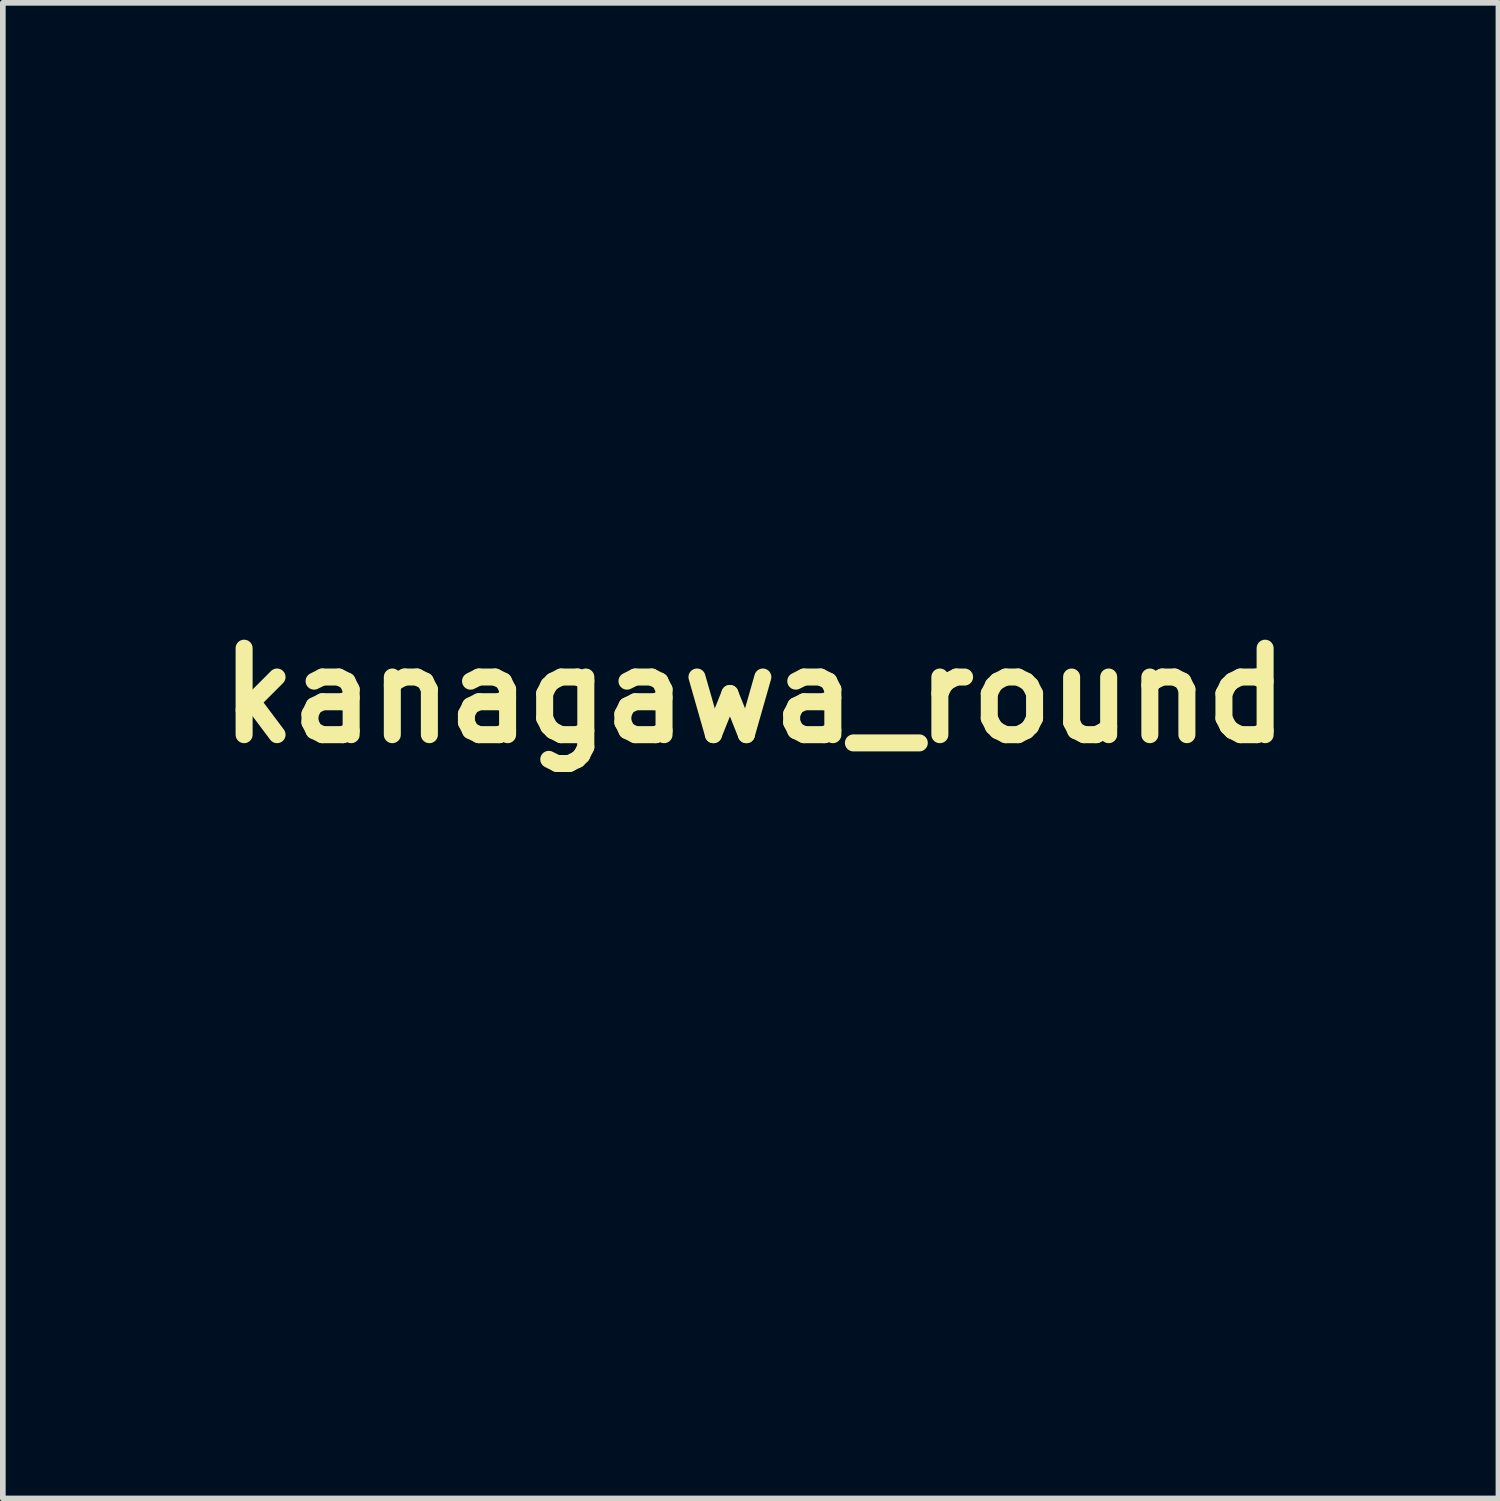
<source format=kicad_pcb>
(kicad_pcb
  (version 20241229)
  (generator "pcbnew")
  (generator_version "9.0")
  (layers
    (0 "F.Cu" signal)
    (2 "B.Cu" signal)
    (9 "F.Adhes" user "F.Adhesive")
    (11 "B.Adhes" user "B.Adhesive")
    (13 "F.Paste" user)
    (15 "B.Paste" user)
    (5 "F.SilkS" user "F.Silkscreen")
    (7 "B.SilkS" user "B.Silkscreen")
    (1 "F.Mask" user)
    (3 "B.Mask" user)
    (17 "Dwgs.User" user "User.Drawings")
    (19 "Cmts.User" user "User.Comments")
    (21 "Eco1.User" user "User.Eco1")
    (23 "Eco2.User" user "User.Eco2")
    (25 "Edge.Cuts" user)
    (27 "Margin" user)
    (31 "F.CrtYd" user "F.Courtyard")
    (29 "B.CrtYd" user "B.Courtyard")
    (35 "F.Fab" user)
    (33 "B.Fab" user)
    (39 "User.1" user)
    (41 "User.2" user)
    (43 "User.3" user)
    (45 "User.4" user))
  (footprint "kanagawa_round"
    (layer "F.Cu")
    (at 10.252 9.211)
    (property "Reference" "kanagawa_round" (at 0 0 0) (layer "F.SilkS") (effects (font (size 1.524 1.524) (thickness 0.3))))
    (attr board_only exclude_from_pos_files exclude_from_bom)
    (fp_poly (pts (xy -4.695 -4.599) (xy -4.593 -4.491) (xy -4.583 -4.31) (xy -4.616 -4.167) (xy -4.704 -4.067) (xy -4.886 -3.978) (xy -5.045 -3.919) (xy -5.334 -3.822) (xy -5.504 -3.777) (xy -5.585 -3.782) (xy -5.608 -3.832) (xy -5.609 -3.846) (xy -5.545 -3.919) (xy -5.498 -3.926) (xy -5.361 -3.971) (xy -5.272 -4.069) (xy -5.268 -4.169) (xy -5.305 -4.199) (xy -5.314 -4.221) (xy -5.196 -4.207) (xy -5.185 -4.205) (xy -4.998 -4.208) (xy -4.843 -4.272) (xy -4.758 -4.368) (xy -4.782 -4.466) (xy -4.812 -4.49) (xy -4.886 -4.574) (xy -4.834 -4.621)) (stroke (width 0) (type solid)) (fill yes) (layer "F.Mask"))
    (fp_poly (pts (xy 0.565 -9.209) (xy 1.811 -9.056) (xy 2.978 -8.766) (xy 4.11 -8.332) (xy 5.188 -7.763) (xy 6.192 -7.073) (xy 7.103 -6.278) (xy 7.9 -5.391) (xy 8.321 -4.813) (xy 8.684 -4.25) (xy 8.97 -3.755) (xy 9.205 -3.276) (xy 9.416 -2.759) (xy 9.525 -2.459) (xy 9.877 -1.227) (xy 10.072 0.027) (xy 10.112 1.29) (xy 9.997 2.549) (xy 9.725 3.789) (xy 9.61 4.167) (xy 9.157 5.297) (xy 8.565 6.367) (xy 7.846 7.362) (xy 7.015 8.269) (xy 6.084 9.075) (xy 5.067 9.766) (xy 3.976 10.329) (xy 3.163 10.644) (xy 2.245 10.895) (xy 1.245 11.067) (xy 0.224 11.153) (xy -0.759 11.146) (xy -0.966 11.132) (xy -2.198 10.948) (xy -3.386 10.617) (xy -4.516 10.148) (xy -5.578 9.549) (xy -6.561 8.83) (xy -7.105 8.323) (xy -5.688 8.323) (xy -5.673 8.543) (xy -5.64 8.687) (xy -5.562 8.813) (xy -5.497 8.8) (xy -5.466 8.673) (xy -5.477 8.513) (xy -5.503 8.322) (xy -5.014 8.322) (xy -5.012 8.495) (xy -4.979 8.725) (xy -4.925 8.961) (xy -4.855 9.156) (xy -4.828 9.207) (xy -4.736 9.333) (xy -4.676 9.33) (xy -4.631 9.263) (xy -4.601 9.091) (xy -4.633 9.03) (xy -4.703 8.897) (xy -4.785 8.679) (xy -4.812 8.594) (xy -4.886 8.388) (xy -4.956 8.267) (xy -4.979 8.253) (xy -5.014 8.322) (xy -5.503 8.322) (xy -5.511 8.262) (xy -5.528 8.05) (xy -5.528 8.033) (xy -5.559 7.892) (xy -5.609 7.852) (xy -5.654 7.923) (xy -5.681 8.098) (xy -5.688 8.323) (xy -7.105 8.323) (xy -7.445 8.007) (xy -6.33 8.007) (xy -6.3 8.149) (xy -6.217 8.146) (xy -6.089 8.001) (xy -6.017 7.888) (xy -5.919 7.716) (xy -4.727 7.716) (xy -4.713 7.866) (xy -4.651 7.97) (xy -4.647 7.973) (xy -4.581 8.085) (xy -4.567 8.183) (xy -4.518 8.429) (xy -4.387 8.731) (xy -4.197 9.057) (xy -3.972 9.373) (xy -3.736 9.646) (xy -3.513 9.844) (xy -3.326 9.934) (xy -3.3 9.936) (xy -3.162 9.897) (xy -3.125 9.835) (xy -3.179 9.721) (xy -3.314 9.559) (xy -3.364 9.509) (xy -3.547 9.28) (xy -3.665 9.049) (xy -2.804 9.049) (xy -2.773 9.175) (xy -2.691 9.396) (xy -2.581 9.662) (xy -2.463 9.927) (xy -2.358 10.139) (xy -2.299 10.236) (xy -2.183 10.329) (xy -2.099 10.3) (xy -2.083 10.23) (xy -2.129 9.98) (xy -2.247 9.675) (xy -2.404 9.381) (xy -2.568 9.171) (xy -2.659 9.097) (xy -2.096 9.097) (xy -2.036 9.336) (xy -1.964 9.568) (xy -1.863 9.84) (xy -1.84 9.896) (xy -1.744 10.129) (xy -1.669 10.319) (xy -1.656 10.356) (xy -1.572 10.458) (xy -1.455 10.498) (xy -1.371 10.46) (xy -1.362 10.421) (xy -1.42 10.312) (xy -1.436 10.3) (xy -1.505 10.204) (xy -1.514 10.183) (xy -0.855 10.183) (xy -0.803 10.335) (xy -0.799 10.343) (xy -0.649 10.558) (xy -0.523 10.623) (xy -0.447 10.548) (xy -0.444 10.343) (xy -0.474 10.206) (xy -0.532 9.928) (xy -0.559 9.669) (xy -0.398 9.669) (xy -0.332 9.805) (xy -0.176 9.953) (xy -0.142 9.976) (xy 0.087 10.199) (xy 0.179 10.399) (xy 0.244 10.561) (xy 0.316 10.617) (xy 0.327 10.613) (xy 0.369 10.507) (xy 0.353 10.39) (xy 0.275 10.244) (xy 0.128 10.04) (xy -0.048 9.824) (xy -0.214 9.645) (xy -0.332 9.55) (xy -0.336 9.548) (xy -0.388 9.591) (xy -0.398 9.669) (xy -0.559 9.669) (xy -0.56 9.66) (xy -0.56 9.635) (xy -0.542 9.453) (xy -0.464 9.383) (xy -0.377 9.375) (xy -0.246 9.419) (xy -0.076 9.562) (xy 0.152 9.819) (xy 0.278 9.976) (xy 0.519 10.265) (xy 0.723 10.47) (xy 0.866 10.57) (xy 0.895 10.577) (xy 1.023 10.539) (xy 1.02 10.458) (xy 0.888 10.379) (xy 0.885 10.378) (xy 0.764 10.294) (xy 0.583 10.115) (xy 0.376 9.877) (xy 0.324 9.813) (xy 0.015 9.461) (xy -0.243 9.26) (xy -0.455 9.208) (xy -0.623 9.307) (xy -0.751 9.555) (xy -0.796 9.714) (xy -0.852 9.996) (xy -0.855 10.183) (xy -1.514 10.183) (xy -1.598 10.008) (xy -1.651 9.875) (xy -1.767 9.606) (xy -1.895 9.368) (xy -1.944 9.296) (xy -2.096 9.097) (xy -2.659 9.097) (xy -2.714 9.052) (xy -2.796 9.029) (xy -2.804 9.049) (xy -3.665 9.049) (xy -3.682 9.017) (xy -3.692 8.985) (xy -3.776 8.784) (xy -3.918 8.52) (xy -4.094 8.231) (xy -4.279 7.952) (xy -4.45 7.723) (xy -4.582 7.578) (xy -4.627 7.549) (xy -4.698 7.588) (xy -4.727 7.716) (xy -5.919 7.716) (xy -5.899 7.68) (xy -5.862 7.574) (xy -5.905 7.537) (xy -6.007 7.532) (xy -6.174 7.604) (xy -6.292 7.789) (xy -6.33 8.007) (xy -7.445 8.007) (xy -7.453 8) (xy -7.918 7.451) (xy -6.971 7.451) (xy -6.908 7.505) (xy -6.754 7.499) (xy -6.56 7.445) (xy -6.413 7.372) (xy -2.324 7.372) (xy -2.267 7.449) (xy -2.249 7.452) (xy -2.167 7.518) (xy -2.125 7.608) (xy -2.036 7.721) (xy -1.955 7.718) (xy -1.874 7.716) (xy -1.874 7.825) (xy -1.885 7.871) (xy -1.894 8.031) (xy -1.796 8.107) (xy -1.769 8.114) (xy -1.631 8.215) (xy -1.603 8.312) (xy -1.569 8.486) (xy -1.483 8.538) (xy -1.412 8.495) (xy -1.379 8.381) (xy -1.42 8.323) (xy -1.477 8.183) (xy -1.468 8.124) (xy -1.491 8.016) (xy -1.242 8.016) (xy -1.217 8.097) (xy -1.096 8.121) (xy -0.993 8.147) (xy -1.004 8.241) (xy -1.051 8.407) (xy -1.095 8.64) (xy -1.1 8.674) (xy -1.114 8.878) (xy -1.072 8.964) (xy -1.023 8.974) (xy -0.93 8.904) (xy -0.865 8.687) (xy -0.852 8.602) (xy -0.832 8.435) (xy -0.684 8.435) (xy -0.662 8.579) (xy -0.633 8.624) (xy -0.507 8.714) (xy -0.381 8.727) (xy -0.321 8.659) (xy -0.321 8.654) (xy -0.275 8.583) (xy -0.154 8.617) (xy 0.016 8.734) (xy 0.212 8.914) (xy 0.406 9.136) (xy 0.576 9.378) (xy 0.604 9.426) (xy 0.772 9.723) (xy 0.952 10.043) (xy 1.005 10.136) (xy 1.181 10.388) (xy 1.339 10.494) (xy 1.366 10.497) (xy 1.494 10.477) (xy 1.522 10.451) (xy 1.478 10.364) (xy 1.369 10.204) (xy 1.329 10.151) (xy 1.186 9.93) (xy 1.036 9.653) (xy 1.475 9.653) (xy 1.532 9.834) (xy 1.629 10.035) (xy 1.741 10.196) (xy 1.89 10.301) (xy 2.044 10.333) (xy 2.148 10.286) (xy 2.163 10.232) (xy 2.113 10.128) (xy 1.988 9.971) (xy 1.824 9.799) (xy 1.66 9.648) (xy 1.531 9.557) (xy 1.482 9.549) (xy 1.475 9.653) (xy 1.036 9.653) (xy 1.029 9.639) (xy 0.942 9.455) (xy 0.778 9.153) (xy 0.555 8.882) (xy 0.234 8.594) (xy -0.054 8.363) (xy -0.242 8.23) (xy -0.349 8.183) (xy -0.395 8.213) (xy -0.401 8.262) (xy -0.458 8.317) (xy -0.514 8.307) (xy -0.628 8.323) (xy -0.684 8.435) (xy -0.832 8.435) (xy -0.809 8.249) (xy -0.8 8.027) (xy -0.833 7.907) (xy -0.913 7.864) (xy -1.022 7.867) (xy -1.172 7.923) (xy -1.242 8.016) (xy -1.491 8.016) (xy -1.493 8.007) (xy -1.554 7.965) (xy -1.667 7.876) (xy -1.685 7.824) (xy -1.736 7.681) (xy -1.805 7.595) (xy -1.171 7.595) (xy -1.165 7.607) (xy -1.083 7.658) (xy -0.998 7.609) (xy -0.844 7.551) (xy -0.692 7.584) (xy -0.6 7.684) (xy -0.601 7.772) (xy -0.597 7.888) (xy -0.471 7.956) (xy -0.417 7.969) (xy -0.25 8.041) (xy -0.005 8.19) (xy 0.272 8.387) (xy 0.361 8.457) (xy 0.618 8.654) (xy 0.832 8.805) (xy 0.971 8.886) (xy 0.998 8.894) (xy 1.098 8.935) (xy 1.299 9.047) (xy 1.567 9.21) (xy 1.763 9.335) (xy 2.068 9.522) (xy 2.34 9.67) (xy 2.54 9.759) (xy 2.613 9.775) (xy 2.799 9.828) (xy 2.885 9.896) (xy 3.006 9.997) (xy 3.093 10.003) (xy 3.103 9.914) (xy 3.098 9.901) (xy 3.094 9.83) (xy 3.187 9.836) (xy 3.284 9.867) (xy 3.545 9.903) (xy 3.68 9.859) (xy 3.822 9.761) (xy 3.824 9.708) (xy 3.688 9.718) (xy 3.668 9.723) (xy 3.501 9.714) (xy 3.218 9.642) (xy 2.846 9.515) (xy 2.413 9.345) (xy 1.944 9.141) (xy 1.647 8.999) (xy 4.61 8.999) (xy 4.613 9.12) (xy 4.664 9.212) (xy 4.696 9.151) (xy 4.706 9.114) (xy 4.769 8.995) (xy 4.813 8.974) (xy 4.874 8.907) (xy 4.888 8.812) (xy 4.958 8.653) (xy 5.068 8.581) (xy 5.258 8.468) (xy 5.409 8.333) (xy 5.59 8.176) (xy 5.749 8.086) (xy 5.903 7.991) (xy 5.906 7.904) (xy 5.763 7.855) (xy 5.695 7.852) (xy 5.465 7.908) (xy 5.231 8.046) (xy 5.221 8.054) (xy 5.016 8.264) (xy 4.83 8.52) (xy 4.686 8.779) (xy 4.61 8.999) (xy 1.647 8.999) (xy 1.467 8.913) (xy 1.402 8.881) (xy 1.057 8.69) (xy 0.685 8.458) (xy 0.317 8.207) (xy -0.016 7.961) (xy -0.284 7.74) (xy -0.455 7.567) (xy -0.489 7.517) (xy -0.631 7.401) (xy -0.784 7.373) (xy -1.015 7.405) (xy -1.155 7.486) (xy -1.171 7.595) (xy -1.805 7.595) (xy -1.857 7.532) (xy -2.012 7.402) (xy -2.165 7.316) (xy -2.281 7.3) (xy -2.324 7.372) (xy -6.413 7.372) (xy -6.377 7.354) (xy -6.307 7.299) (xy -6.213 7.19) (xy -6.233 7.105) (xy -6.325 7.015) (xy -6.446 6.92) (xy -6.511 6.95) (xy -6.562 7.07) (xy -6.679 7.237) (xy -6.805 7.313) (xy -6.938 7.386) (xy -6.971 7.451) (xy -7.918 7.451) (xy -8.243 7.067) (xy -8.92 6.042) (xy -9.124 5.632) (xy -8.238 5.632) (xy -8.234 5.718) (xy -8.15 5.889) (xy -7.987 6.159) (xy -7.791 6.425) (xy -7.599 6.618) (xy -7.43 6.73) (xy -7.305 6.756) (xy -7.243 6.687) (xy -7.265 6.519) (xy -7.324 6.375) (xy -7.438 6.192) (xy -7.553 6.095) (xy -7.578 6.09) (xy -7.709 6.025) (xy -7.743 5.969) (xy -7.853 5.868) (xy -7.941 5.849) (xy -8.066 5.797) (xy -8.093 5.729) (xy -8.136 5.622) (xy -8.173 5.609) (xy -8.238 5.632) (xy -9.124 5.632) (xy -9.472 4.932) (xy -9.782 4.091) (xy -8.867 4.091) (xy -8.85 4.318) (xy -8.733 4.665) (xy -8.6 4.963) (xy -8.474 5.204) (xy -8.394 5.301) (xy -8.354 5.264) (xy -8.356 5.064) (xy -8.38 4.983) (xy -8.439 4.8) (xy -8.464 4.619) (xy -8.45 4.503) (xy -8.428 4.487) (xy -8.373 4.556) (xy -8.302 4.725) (xy -8.233 4.939) (xy -8.184 5.143) (xy -8.173 5.247) (xy -8.131 5.357) (xy -8.02 5.333) (xy -7.947 5.271) (xy -7.887 5.235) (xy -7.882 5.321) (xy -7.901 5.431) (xy -7.925 5.606) (xy -7.872 5.678) (xy -7.702 5.695) (xy -7.682 5.695) (xy -7.53 5.709) (xy -7.499 5.735) (xy -7.512 5.742) (xy -7.606 5.827) (xy -7.573 5.909) (xy -7.49 5.929) (xy -7.375 5.996) (xy -7.277 6.15) (xy -7.209 6.286) (xy -7.168 6.279) (xy -7.153 6.23) (xy -7.088 6.115) (xy -7.008 6.097) (xy -6.971 6.185) (xy -6.92 6.306) (xy -6.798 6.464) (xy -6.797 6.465) (xy -6.694 6.609) (xy -6.68 6.706) (xy -6.683 6.71) (xy -6.763 6.701) (xy -6.821 6.63) (xy -6.936 6.515) (xy -7.058 6.501) (xy -7.128 6.59) (xy -7.131 6.624) (xy -7.084 6.771) (xy -6.976 6.931) (xy -6.856 7.038) (xy -6.812 7.051) (xy -6.726 6.998) (xy -6.589 6.871) (xy -6.582 6.863) (xy -6.478 6.693) (xy -6.478 6.693) (xy -6.25 6.693) (xy -6.223 6.856) (xy -6.155 6.871) (xy -6.06 6.741) (xy -6.028 6.671) (xy -5.936 6.45) (xy -5.979 6.709) (xy -5.993 6.944) (xy -5.953 7.075) (xy -5.869 7.081) (xy -5.797 7.008) (xy -5.708 6.823) (xy -5.689 6.711) (xy -5.654 6.609) (xy -5.601 6.615) (xy -5.54 6.605) (xy -5.542 6.52) (xy -5.631 6.381) (xy -5.794 6.335) (xy -5.982 6.369) (xy -6.148 6.471) (xy -6.242 6.629) (xy -6.25 6.693) (xy -6.478 6.693) (xy -6.458 6.529) (xy -6.521 6.424) (xy -6.58 6.41) (xy -6.627 6.341) (xy -6.636 6.187) (xy -6.655 5.934) (xy -6.755 5.81) (xy -6.906 5.814) (xy -7.013 5.832) (xy -7.038 5.763) (xy -7.013 5.617) (xy -6.989 5.445) (xy -7.038 5.378) (xy -7.132 5.368) (xy -7.297 5.302) (xy -7.349 5.207) (xy -7.453 5.064) (xy -7.581 4.998) (xy -7.715 4.936) (xy -7.735 4.811) (xy -7.72 4.739) (xy -7.667 4.549) (xy -7.626 4.511) (xy -7.583 4.618) (xy -7.569 4.67) (xy -7.476 4.839) (xy -7.365 4.913) (xy -7.236 5.018) (xy -7.211 5.121) (xy -7.171 5.262) (xy -7.079 5.278) (xy -7.011 5.208) (xy -6.919 5.124) (xy -6.856 5.176) (xy -6.844 5.339) (xy -6.85 5.388) (xy -6.872 5.557) (xy -6.851 5.587) (xy -6.772 5.495) (xy -6.767 5.489) (xy -6.698 5.315) (xy -6.695 5.112) (xy -6.753 4.95) (xy -6.812 4.903) (xy -6.854 4.827) (xy -6.809 4.719) (xy -6.713 4.65) (xy -6.688 4.647) (xy -6.599 4.717) (xy -6.531 4.884) (xy -6.53 4.888) (xy -6.466 5.063) (xy -6.392 5.125) (xy -6.339 5.062) (xy -6.33 4.973) (xy -6.293 4.819) (xy -6.25 4.768) (xy -6.192 4.79) (xy -6.172 4.915) (xy -6.187 5.091) (xy -6.238 5.264) (xy -6.253 5.294) (xy -6.368 5.419) (xy -6.453 5.449) (xy -6.548 5.515) (xy -6.57 5.609) (xy -6.52 5.739) (xy -6.45 5.769) (xy -6.348 5.791) (xy -6.349 5.881) (xy -6.41 6.009) (xy -6.459 6.178) (xy -6.433 6.309) (xy -6.353 6.357) (xy -6.281 6.323) (xy -6.209 6.212) (xy -6.215 6.161) (xy -6.203 6.093) (xy -6.179 6.09) (xy -6.067 6.148) (xy -6.045 6.177) (xy -5.965 6.22) (xy -5.902 6.174) (xy -5.875 6.081) (xy -5.975 5.954) (xy -6.031 5.907) (xy -6.075 5.862) (xy -5.79 5.862) (xy -5.789 5.869) (xy -5.77 5.998) (xy -5.769 6.041) (xy -5.708 6.159) (xy -5.578 6.214) (xy -5.457 6.177) (xy -5.439 6.155) (xy -5.356 6.094) (xy -5.325 6.107) (xy -5.314 6.21) (xy -5.338 6.265) (xy -5.382 6.427) (xy -5.381 6.543) (xy -5.398 6.703) (xy -5.444 6.768) (xy -5.527 6.872) (xy -5.469 6.954) (xy -5.373 6.971) (xy -5.219 7.008) (xy -5.167 7.052) (xy -5.083 7.105) (xy -5.005 7.031) (xy -4.993 6.976) (xy -3.405 6.976) (xy -3.218 7.133) (xy -3.049 7.236) (xy -2.902 7.219) (xy -2.875 7.206) (xy -2.771 7.112) (xy -2.767 7.047) (xy -2.871 6.998) (xy -3.067 6.974) (xy -3.11 6.974) (xy -3.405 6.976) (xy -4.993 6.976) (xy -4.974 6.891) (xy -0.279 6.891) (xy -0.277 6.959) (xy -0.236 7.135) (xy -0.197 7.271) (xy -0.131 7.494) (xy -0.089 7.641) (xy -0.081 7.672) (xy -0.017 7.691) (xy 0.005 7.692) (xy 0.054 7.628) (xy 0.035 7.512) (xy -0.009 7.392) (xy 0.179 7.392) (xy 0.203 7.566) (xy 0.307 7.785) (xy 0.452 7.987) (xy 0.599 8.109) (xy 0.624 8.118) (xy 0.86 8.161) (xy 0.958 8.13) (xy 0.961 8.113) (xy 0.909 8.028) (xy 0.775 7.864) (xy 0.587 7.655) (xy 0.584 7.652) (xy 0.381 7.445) (xy 0.257 7.35) (xy 0.194 7.354) (xy 0.179 7.392) (xy -0.009 7.392) (xy -0.038 7.317) (xy -0.133 7.113) (xy -0.209 6.977) (xy 0.768 6.977) (xy 0.814 7.055) (xy 0.913 7.125) (xy 1.115 7.299) (xy 1.349 7.559) (xy 1.572 7.853) (xy 1.733 8.113) (xy 1.851 8.269) (xy 1.973 8.333) (xy 2.025 8.304) (xy 2.006 8.201) (xy 1.909 7.999) (xy 1.839 7.872) (xy 1.645 7.567) (xy 1.418 7.267) (xy 1.27 7.102) (xy 1.082 6.926) (xy 0.961 6.855) (xy 0.869 6.871) (xy 0.838 6.894) (xy 0.768 6.977) (xy -0.209 6.977) (xy -0.222 6.953) (xy -0.279 6.891) (xy -4.974 6.891) (xy -4.968 6.866) (xy -4.968 6.849) (xy -4.997 6.709) (xy -5.088 6.702) (xy -5.169 6.672) (xy -5.208 6.538) (xy -5.204 6.396) (xy -5.126 6.396) (xy -5.111 6.478) (xy -5.052 6.434) (xy -5.005 6.375) (xy -4.921 6.275) (xy -4.891 6.309) (xy -4.888 6.437) (xy -4.846 6.618) (xy -4.764 6.703) (xy -4.637 6.723) (xy -4.573 6.639) (xy -4.55 6.424) (xy -4.55 6.418) (xy -4.523 6.228) (xy -4.469 6.171) (xy -4.407 6.231) (xy -4.353 6.386) (xy -4.327 6.619) (xy -4.327 6.657) (xy -4.297 6.835) (xy -4.229 6.887) (xy -4.152 6.8) (xy -4.139 6.767) (xy -3.56 6.767) (xy -3.52 6.801) (xy -3.422 6.78) (xy -3.233 6.741) (xy -3.138 6.732) (xy -3.059 6.691) (xy -3.088 6.601) (xy -3.203 6.508) (xy -3.252 6.487) (xy -3.389 6.479) (xy -3.491 6.601) (xy -3.504 6.628) (xy -3.56 6.767) (xy -4.139 6.767) (xy -4.133 6.75) (xy -4.099 6.528) (xy -4.114 6.274) (xy -4.166 6.029) (xy -4.174 6.008) (xy -3.981 6.008) (xy -3.908 6.139) (xy -3.843 6.213) (xy -3.707 6.342) (xy -3.623 6.359) (xy -3.559 6.295) (xy -3.482 6.219) (xy -3.379 6.223) (xy -3.218 6.295) (xy -3.036 6.4) (xy -2.926 6.489) (xy -2.921 6.495) (xy -2.811 6.559) (xy -2.728 6.57) (xy -2.58 6.63) (xy -2.533 6.696) (xy -2.451 6.777) (xy -2.399 6.768) (xy -2.365 6.677) (xy -2.423 6.582) (xy -2.523 6.429) (xy -2.645 6.202) (xy -2.688 6.111) (xy -2.82 5.872) (xy -2.938 5.777) (xy -3.061 5.815) (xy -3.089 5.839) (xy -3.249 5.919) (xy -3.467 5.958) (xy -3.665 5.949) (xy -3.754 5.909) (xy -3.864 5.86) (xy -3.941 5.912) (xy -3.981 6.008) (xy -4.174 6.008) (xy -4.244 5.833) (xy -4.337 5.727) (xy -4.409 5.73) (xy -4.524 5.734) (xy -4.681 5.692) (xy -4.829 5.65) (xy -4.882 5.709) (xy -4.888 5.817) (xy -4.933 6.022) (xy -5.008 6.141) (xy -5.107 6.301) (xy -5.126 6.396) (xy -5.204 6.396) (xy -5.203 6.349) (xy -5.154 6.155) (xy -5.097 6.048) (xy -5.025 5.886) (xy -5.028 5.787) (xy -5.012 5.653) (xy -4.919 5.474) (xy -4.907 5.458) (xy -4.803 5.3) (xy -4.795 5.193) (xy -4.878 5.06) (xy -4.885 5.051) (xy -5.026 4.864) (xy -5.079 5.217) (xy -5.14 5.516) (xy -5.226 5.69) (xy -5.364 5.772) (xy -5.537 5.796) (xy -5.713 5.82) (xy -5.79 5.862) (xy -6.075 5.862) (xy -6.174 5.761) (xy -6.189 5.645) (xy -6.171 5.609) (xy -6.108 5.537) (xy -6.091 5.614) (xy -6.091 5.635) (xy -6.044 5.744) (xy -5.941 5.752) (xy -5.835 5.673) (xy -5.783 5.546) (xy -5.758 5.421) (xy -5.709 5.429) (xy -5.623 5.527) (xy -5.491 5.635) (xy -5.368 5.607) (xy -5.294 5.532) (xy -5.357 5.462) (xy -5.39 5.442) (xy -5.485 5.344) (xy -5.485 5.282) (xy -5.387 5.244) (xy -5.354 5.257) (xy -5.247 5.247) (xy -5.2 5.198) (xy -5.147 5.045) (xy -5.132 4.858) (xy -5.155 4.705) (xy -5.208 4.647) (xy -5.279 4.712) (xy -5.288 4.768) (xy -5.355 4.865) (xy -5.449 4.888) (xy -5.58 4.837) (xy -5.609 4.766) (xy -5.651 4.684) (xy -5.797 4.692) (xy -5.815 4.696) (xy -5.962 4.715) (xy -6.001 4.65) (xy -5.995 4.597) (xy -6.016 4.482) (xy -6.11 4.471) (xy -6.218 4.444) (xy -6.25 4.293) (xy -6.25 4.29) (xy -6.257 4.151) (xy -6.261 4.147) (xy -6.154 4.147) (xy -6.069 4.254) (xy -5.94 4.26) (xy -5.807 4.264) (xy -5.792 4.352) (xy -5.8 4.381) (xy -5.779 4.525) (xy -5.657 4.63) (xy -5.494 4.67) (xy -5.35 4.618) (xy -5.328 4.593) (xy -5.19 4.503) (xy -5.036 4.552) (xy -4.9 4.725) (xy -4.863 4.808) (xy -4.742 4.997) (xy -4.617 5.048) (xy -4.512 5.059) (xy -4.53 5.119) (xy -4.595 5.194) (xy -4.713 5.369) (xy -4.69 5.473) (xy -4.529 5.5) (xy -4.527 5.5) (xy -4.376 5.456) (xy -4.327 5.384) (xy -4.302 5.302) (xy -4.245 5.34) (xy -4.179 5.468) (xy -4.137 5.617) (xy -4.091 5.781) (xy -4.03 5.811) (xy -3.966 5.769) (xy -3.864 5.633) (xy -3.846 5.559) (xy -3.799 5.459) (xy -3.766 5.449) (xy -3.706 5.517) (xy -3.686 5.656) (xy -3.654 5.807) (xy -3.586 5.828) (xy -3.512 5.731) (xy -3.508 5.641) (xy -3.517 5.536) (xy -3.475 5.56) (xy -3.413 5.636) (xy -3.276 5.724) (xy -3.113 5.73) (xy -2.992 5.662) (xy -2.966 5.583) (xy -3.011 5.419) (xy -3.113 5.322) (xy -3.204 5.328) (xy -3.328 5.324) (xy -3.506 5.235) (xy -3.53 5.218) (xy -3.732 5.101) (xy -3.914 5.048) (xy -3.925 5.048) (xy -4.088 4.974) (xy -4.167 4.848) (xy -4.268 4.698) (xy -4.375 4.647) (xy -4.463 4.613) (xy -4.472 4.485) (xy -4.459 4.407) (xy -4.44 4.239) (xy -4.503 4.176) (xy -4.649 4.167) (xy -4.817 4.143) (xy -4.888 4.087) (xy -4.888 4.086) (xy -4.82 4.028) (xy -4.657 4.007) (xy -4.461 4.029) (xy -4.373 4.055) (xy -4.275 4.164) (xy -4.247 4.295) (xy -4.203 4.45) (xy -4.126 4.487) (xy -4.029 4.556) (xy -4.006 4.675) (xy -3.967 4.816) (xy -3.827 4.932) (xy -3.666 5.01) (xy -3.448 5.105) (xy -3.294 5.174) (xy -3.262 5.19) (xy -3.222 5.164) (xy -3.241 5.035) (xy -3.306 4.845) (xy -3.402 4.635) (xy -3.489 4.487) (xy -3.634 4.214) (xy -3.675 4.107) (xy -3.493 4.107) (xy -3.482 4.195) (xy -3.411 4.381) (xy -3.317 4.579) (xy -3.141 4.866) (xy -2.918 5.145) (xy -2.681 5.384) (xy -2.464 5.548) (xy -2.308 5.605) (xy -2.163 5.651) (xy -2.123 5.689) (xy -2.031 5.761) (xy -1.943 5.753) (xy -1.925 5.709) (xy -1.987 5.631) (xy -2.14 5.506) (xy -2.22 5.449) (xy -2.562 5.182) (xy -2.89 4.871) (xy -3.16 4.559) (xy -3.308 4.336) (xy -3.408 4.173) (xy -3.482 4.104) (xy -3.493 4.107) (xy -3.675 4.107) (xy -3.75 3.913) (xy -3.761 3.874) (xy -3.842 3.657) (xy -3.941 3.515) (xy -3.974 3.494) (xy -4.316 3.445) (xy -4.668 3.545) (xy -4.884 3.683) (xy -5.107 3.834) (xy -5.295 3.887) (xy -5.456 3.877) (xy -5.728 3.869) (xy -5.963 3.924) (xy -6.117 4.026) (xy -6.154 4.147) (xy -6.261 4.147) (xy -6.301 4.1) (xy -6.419 4.132) (xy -6.634 4.234) (xy -7.028 4.357) (xy -7.399 4.327) (xy -7.452 4.309) (xy -7.771 4.2) (xy -8.105 4.103) (xy -8.414 4.027) (xy -8.654 3.983) (xy -8.785 3.982) (xy -8.786 3.982) (xy -8.867 4.091) (xy -9.782 4.091) (xy -9.808 4.02) (xy -9.96 3.399) (xy -9.114 3.399) (xy -9.098 3.509) (xy -9.073 3.539) (xy -8.948 3.619) (xy -8.736 3.715) (xy -8.477 3.814) (xy -8.211 3.902) (xy -7.978 3.967) (xy -7.819 3.993) (xy -7.772 3.976) (xy -7.836 3.906) (xy -8.001 3.788) (xy -8.223 3.646) (xy -8.463 3.506) (xy -8.678 3.394) (xy -8.825 3.334) (xy -8.829 3.333) (xy -9.013 3.33) (xy -9.114 3.399) (xy -9.96 3.399) (xy -10.102 2.821) (xy -8.743 2.821) (xy -8.733 2.877) (xy -8.613 2.996) (xy -8.408 3.151) (xy -8.381 3.17) (xy -8.06 3.398) (xy -7.717 3.656) (xy -7.505 3.824) (xy -7.2 4.046) (xy -6.962 4.148) (xy -6.76 4.136) (xy -6.606 4.052) (xy -6.498 3.962) (xy -6.522 3.911) (xy -6.612 3.872) (xy -6.757 3.791) (xy -6.979 3.644) (xy -7.213 3.475) (xy -7.485 3.295) (xy -7.806 3.122) (xy -8.134 2.973) (xy -8.431 2.865) (xy -8.657 2.815) (xy -8.743 2.821) (xy -10.102 2.821) (xy -10.105 2.811) (xy -10.159 2.353) (xy -9.376 2.353) (xy -9.315 2.467) (xy -9.169 2.584) (xy -9.154 2.591) (xy -8.944 2.69) (xy -8.842 2.693) (xy -8.824 2.592) (xy -8.842 2.484) (xy -8.861 2.299) (xy -8.809 2.255) (xy -8.674 2.346) (xy -8.64 2.376) (xy -8.531 2.464) (xy -8.499 2.44) (xy -8.333 2.44) (xy -8.298 2.581) (xy -8.17 2.707) (xy -7.953 2.834) (xy -7.717 2.957) (xy -7.591 3.018) (xy -7.54 3.029) (xy -7.531 3.002) (xy -7.532 2.974) (xy -7.586 2.883) (xy -7.722 2.728) (xy -7.899 2.547) (xy -8.079 2.381) (xy -8.219 2.269) (xy -8.272 2.244) (xy -8.318 2.312) (xy -8.333 2.44) (xy -8.499 2.44) (xy -8.496 2.438) (xy -8.493 2.372) (xy -8.539 2.239) (xy -8.649 2.053) (xy -8.789 1.865) (xy -8.919 1.725) (xy -8.994 1.683) (xy -9.032 1.754) (xy -9.053 1.932) (xy -9.054 2.009) (xy -9.063 2.213) (xy -9.105 2.295) (xy -9.199 2.288) (xy -9.215 2.284) (xy -9.345 2.278) (xy -9.376 2.353) (xy -10.159 2.353) (xy -10.252 1.567) (xy -10.25 0.815) (xy -8.975 0.815) (xy -8.97 1.072) (xy -8.949 1.314) (xy -8.912 1.484) (xy -8.904 1.502) (xy -8.831 1.53) (xy -8.78 1.484) (xy -8.145 1.484) (xy -8.109 1.606) (xy -8.046 1.718) (xy -7.91 1.915) (xy -7.688 2.198) (xy -7.404 2.538) (xy -7.082 2.906) (xy -6.747 3.273) (xy -6.711 3.312) (xy -6.544 3.499) (xy -6.435 3.642) (xy -6.41 3.693) (xy -6.337 3.763) (xy -6.145 3.823) (xy -6.07 3.837) (xy -6.011 3.786) (xy -6.009 3.767) (xy -6.059 3.66) (xy -6.18 3.499) (xy -6.208 3.467) (xy -6.572 3.039) (xy -6.915 2.598) (xy -7.221 2.168) (xy -7.417 1.862) (xy -6.849 1.862) (xy -6.839 1.999) (xy -6.767 2.209) (xy -6.569 2.678) (xy -6.399 3.016) (xy -6.241 3.246) (xy -6.077 3.39) (xy -5.891 3.471) (xy -5.795 3.493) (xy -5.597 3.551) (xy -5.477 3.625) (xy -5.473 3.631) (xy -5.412 3.662) (xy -5.382 3.608) (xy -5.416 3.493) (xy -5.544 3.335) (xy -5.617 3.268) (xy -5.93 2.997) (xy -6.15 2.784) (xy -6.311 2.59) (xy -6.447 2.376) (xy -6.534 2.216) (xy -6.671 1.989) (xy -5.92 1.989) (xy -5.865 2.168) (xy -5.769 2.385) (xy -5.671 2.618) (xy -5.614 2.811) (xy -5.609 2.861) (xy -5.555 3.002) (xy -5.418 3.187) (xy -5.348 3.261) (xy -5.11 3.451) (xy -4.914 3.521) (xy -4.78 3.464) (xy -4.77 3.449) (xy -4.795 3.357) (xy -4.921 3.242) (xy -4.921 3.242) (xy -5.049 3.139) (xy -5.187 2.983) (xy -5.352 2.75) (xy -5.563 2.413) (xy -5.707 2.172) (xy -5.837 1.978) (xy -5.91 1.922) (xy -5.92 1.989) (xy -6.671 1.989) (xy -6.682 1.971) (xy -6.792 1.853) (xy -6.849 1.862) (xy -7.417 1.862) (xy -7.474 1.774) (xy -7.625 1.499) (xy -7.024 1.499) (xy -6.996 1.551) (xy -6.881 1.6) (xy -6.815 1.51) (xy -6.811 1.462) (xy -6.748 1.311) (xy -6.666 1.235) (xy -6.377 1.235) (xy -6.344 1.264) (xy -6.217 1.237) (xy -6.054 1.224) (xy -6.009 1.273) (xy -6.074 1.352) (xy -6.132 1.362) (xy -6.266 1.423) (xy -6.303 1.577) (xy -6.238 1.777) (xy -6.133 1.963) (xy -6.107 1.789) (xy -6.037 1.606) (xy -5.971 1.524) (xy -5.876 1.486) (xy -5.813 1.591) (xy -5.81 1.599) (xy -5.741 1.712) (xy -5.684 1.72) (xy -5.677 1.686) (xy -5.391 1.686) (xy -5.357 1.896) (xy -5.287 2.169) (xy -5.283 2.183) (xy -5.161 2.5) (xy -5.002 2.795) (xy -4.827 3.038) (xy -4.659 3.201) (xy -4.52 3.255) (xy -4.482 3.242) (xy -4.439 3.165) (xy -4.467 3.135) (xy -4.532 3.046) (xy -4.648 2.845) (xy -4.798 2.563) (xy -4.93 2.302) (xy -5.091 1.993) (xy -5.232 1.753) (xy -5.271 1.698) (xy -5.01 1.698) (xy -5.006 1.786) (xy -4.957 1.963) (xy -4.883 2.169) (xy -4.804 2.345) (xy -4.779 2.389) (xy -4.701 2.467) (xy -4.669 2.425) (xy -4.7 2.299) (xy -4.721 2.256) (xy -4.793 2.051) (xy -4.808 1.933) (xy -4.846 1.788) (xy -4.929 1.693) (xy -5.01 1.698) (xy -5.271 1.698) (xy -5.335 1.609) (xy -5.381 1.583) (xy -5.391 1.686) (xy -5.677 1.686) (xy -5.664 1.622) (xy -5.711 1.435) (xy -5.731 1.386) (xy -5.773 1.265) (xy -4.796 1.265) (xy -4.76 1.439) (xy -4.703 1.628) (xy -4.627 1.893) (xy -4.578 2.112) (xy -4.567 2.2) (xy -4.532 2.336) (xy -4.441 2.547) (xy -4.319 2.791) (xy -4.188 3.025) (xy -4.072 3.203) (xy -3.993 3.284) (xy -3.988 3.285) (xy -3.927 3.224) (xy -3.926 3.21) (xy -3.984 3.101) (xy -4.006 3.085) (xy -4.068 2.975) (xy -4.086 2.835) (xy -4.11 2.637) (xy -4.134 2.536) (xy -3.825 2.536) (xy -3.765 2.794) (xy -3.61 3.175) (xy -3.399 3.606) (xy -3.246 3.903) (xy -3.107 4.178) (xy -3.014 4.367) (xy -2.873 4.598) (xy -2.678 4.841) (xy -2.464 5.06) (xy -2.267 5.22) (xy -2.121 5.285) (xy -2.116 5.285) (xy -2.041 5.266) (xy -2.074 5.198) (xy -2.225 5.058) (xy -2.228 5.055) (xy -2.479 4.791) (xy -2.744 4.433) (xy -2.985 4.036) (xy -3.142 3.711) (xy -3.237 3.477) (xy -3.364 3.165) (xy -3.488 2.86) (xy -3.622 2.559) (xy -3.722 2.407) (xy -3.791 2.396) (xy -3.825 2.536) (xy -4.134 2.536) (xy -4.171 2.373) (xy -4.204 2.259) (xy -4.295 1.959) (xy -4.398 1.607) (xy -4.453 1.413) (xy -4.528 1.159) (xy -4.585 1.035) (xy -4.642 1.016) (xy -4.711 1.071) (xy -4.779 1.158) (xy -4.796 1.265) (xy -5.773 1.265) (xy -5.799 1.193) (xy -5.818 1.071) (xy -5.812 1.058) (xy -5.821 0.97) (xy -5.823 0.966) (xy -5.671 0.966) (xy -5.648 1.032) (xy -5.529 1.137) (xy -5.39 1.24) (xy -5.327 1.241) (xy -5.301 1.163) (xy -5.319 1) (xy -5.356 0.942) (xy -5.49 0.899) (xy -5.583 0.917) (xy -5.671 0.966) (xy -5.823 0.966) (xy -5.893 0.819) (xy -5.993 0.665) (xy -6.084 0.569) (xy -6.107 0.561) (xy -6.156 0.629) (xy -6.17 0.743) (xy -6.216 0.949) (xy -6.297 1.107) (xy -6.377 1.235) (xy -6.666 1.235) (xy -6.65 1.22) (xy -6.518 1.081) (xy -6.499 0.931) (xy -6.567 0.843) (xy -6.68 0.854) (xy -6.811 0.971) (xy -6.93 1.149) (xy -7.011 1.34) (xy -7.024 1.499) (xy -7.625 1.499) (xy -7.658 1.438) (xy -7.759 1.185) (xy -7.772 1.095) (xy -7.772 0.859) (xy -7.981 1.166) (xy -8.104 1.359) (xy -8.145 1.484) (xy -8.78 1.484) (xy -8.742 1.451) (xy -8.695 1.342) (xy -8.635 0.957) (xy -8.655 0.682) (xy -8.75 0.535) (xy -8.879 0.481) (xy -8.929 0.489) (xy -8.962 0.602) (xy -8.975 0.815) (xy -10.25 0.815) (xy -10.249 0.379) (xy -9.369 0.379) (xy -9.313 0.574) (xy -9.276 0.641) (xy -9.198 0.751) (xy -9.152 0.725) (xy -9.121 0.648) (xy -9.094 0.443) (xy -9.109 0.328) (xy -9.189 0.194) (xy -9.264 0.16) (xy -9.352 0.224) (xy -9.369 0.379) (xy -10.249 0.379) (xy -10.249 0.312) (xy -10.134 -0.627) (xy -9.281 -0.627) (xy -9.256 -0.425) (xy -9.178 -0.144) (xy -9.046 0.102) (xy -8.891 0.271) (xy -8.765 0.321) (xy -8.704 0.273) (xy -8.724 0.115) (xy -8.732 0.086) (xy -8.734 0.064) (xy -8.594 0.064) (xy -8.55 0.227) (xy -8.537 0.258) (xy -8.369 0.48) (xy -8.121 0.603) (xy -7.852 0.6) (xy -7.842 0.597) (xy -7.705 0.624) (xy -7.661 0.687) (xy -7.562 0.778) (xy -7.491 0.772) (xy -7.391 0.786) (xy -7.372 0.871) (xy -7.332 1.062) (xy -7.237 1.114) (xy -7.119 1.02) (xy -7.07 0.932) (xy -6.928 0.761) (xy -6.732 0.679) (xy -6.54 0.701) (xy -6.444 0.778) (xy -6.361 0.873) (xy -6.335 0.829) (xy -6.333 0.751) (xy -6.28 0.568) (xy -6.217 0.487) (xy -6.117 0.448) (xy -5.997 0.516) (xy -5.898 0.614) (xy -5.74 0.755) (xy -5.634 0.77) (xy -5.602 0.747) (xy -5.551 0.608) (xy -5.587 0.446) (xy -5.684 0.334) (xy -5.739 0.321) (xy -5.818 0.28) (xy -5.809 0.24) (xy -5.695 0.165) (xy -5.542 0.244) (xy -5.474 0.316) (xy -5.347 0.417) (xy -5.263 0.425) (xy -5.166 0.447) (xy -5.04 0.567) (xy -5.039 0.569) (xy -4.931 0.683) (xy -4.888 0.657) (xy -4.887 0.641) (xy -4.863 0.578) (xy -4.787 0.648) (xy -4.766 0.675) (xy -4.65 0.779) (xy -4.587 0.751) (xy -4.597 0.613) (xy -4.633 0.521) (xy -4.684 0.372) (xy -4.645 0.32) (xy -4.626 0.318) (xy -4.604 0.278) (xy -4.683 0.197) (xy -4.924 0.115) (xy -5.104 0.129) (xy -5.302 0.142) (xy -5.368 0.089) (xy -5.328 0.018) (xy -5.308 0.02) (xy -5.25 -0.019) (xy -5.248 -0.04) (xy -5.311 -0.1) (xy -5.368 -0.1) (xy -5.53 -0.079) (xy -5.752 -0.057) (xy -5.754 -0.057) (xy -5.959 -0.008) (xy -6.091 0.079) (xy -6.094 0.083) (xy -6.168 0.159) (xy -6.245 0.095) (xy -6.256 0.08) (xy -6.342 0.015) (xy -6.377 0.04) (xy -6.479 0.234) (xy -6.569 0.285) (xy -6.68 0.204) (xy -6.722 0.156) (xy -6.886 -0.04) (xy -6.888 0.168) (xy -6.931 0.337) (xy -7.028 0.494) (xy -7.143 0.593) (xy -7.238 0.588) (xy -7.283 0.471) (xy -7.291 0.379) (xy -7.33 0.266) (xy -7.415 0.271) (xy -7.576 0.269) (xy -7.7 0.219) (xy -7.835 0.163) (xy -7.922 0.229) (xy -7.941 0.26) (xy -8.047 0.388) (xy -8.117 0.37) (xy -8.13 0.22) (xy -8.118 0.148) (xy -8.099 -0.022) (xy -8.141 -0.058) (xy -8.16 -0.048) (xy -8.246 0.076) (xy -8.253 0.125) (xy -8.295 0.229) (xy -8.382 0.212) (xy -8.442 0.12) (xy -8.525 0.014) (xy -8.567 0) (xy -8.594 0.064) (xy -8.734 0.064) (xy -8.75 -0.115) (xy -8.653 -0.206) (xy -8.437 -0.19) (xy -8.421 -0.185) (xy -8.295 -0.181) (xy -8.254 -0.288) (xy -8.253 -0.341) (xy -8.308 -0.558) (xy -8.449 -0.675) (xy -8.623 -0.667) (xy -8.725 -0.641) (xy -8.698 -0.703) (xy -8.671 -0.738) (xy -8.516 -0.828) (xy -8.347 -0.787) (xy -8.21 -0.63) (xy -8.186 -0.573) (xy -8.128 -0.435) (xy -8.084 -0.438) (xy -8.064 -0.481) (xy -7.932 -0.481) (xy -7.923 -0.23) (xy -7.9 -0.062) (xy -7.872 -0.015) (xy -7.711 -0.01) (xy -7.507 0.049) (xy -7.332 0.134) (xy -7.261 0.205) (xy -7.174 0.309) (xy -7.084 0.295) (xy -7.055 0.18) (xy -7.063 -0.041) (xy -7.007 -0.139) (xy -6.857 -0.148) (xy -6.776 -0.137) (xy -6.521 -0.136) (xy -6.409 -0.201) (xy -6.275 -0.274) (xy -6.204 -0.267) (xy -6.106 -0.286) (xy -6.09 -0.355) (xy -6.153 -0.492) (xy -6.296 -0.546) (xy -6.431 -0.5) (xy -6.568 -0.442) (xy -6.793 -0.389) (xy -6.891 -0.374) (xy -7.165 -0.332) (xy -7.406 -0.288) (xy -7.459 -0.276) (xy -7.6 -0.256) (xy -7.645 -0.318) (xy -7.63 -0.475) (xy -7.641 -0.702) (xy -7.723 -0.882) (xy -7.853 -0.961) (xy -7.862 -0.962) (xy -7.899 -0.889) (xy -7.925 -0.7) (xy -7.932 -0.481) (xy -8.064 -0.481) (xy -8.051 -0.506) (xy -8.036 -0.69) (xy -8.075 -0.834) (xy -8.117 -1.012) (xy -8.085 -1.144) (xy -8.002 -1.189) (xy -7.92 -1.141) (xy -7.766 -1.042) (xy -7.659 -1.067) (xy -7.637 -1.205) (xy -7.643 -1.234) (xy -7.66 -1.372) (xy -7.587 -1.397) (xy -7.519 -1.382) (xy -7.404 -1.368) (xy -7.374 -1.436) (xy -7.397 -1.59) (xy -7.426 -1.76) (xy -7.399 -1.827) (xy -7.285 -1.806) (xy -7.089 -1.727) (xy -6.908 -1.621) (xy -6.814 -1.508) (xy -6.811 -1.486) (xy -6.769 -1.377) (xy -6.731 -1.362) (xy -6.687 -1.417) (xy -6.57 -1.417) (xy -6.502 -1.132) (xy -6.381 -0.986) (xy -6.211 -0.79) (xy -6.081 -0.571) (xy -5.978 -0.389) (xy -5.898 -0.327) (xy -5.895 -0.333) (xy -5.672 -0.333) (xy -5.648 -0.253) (xy -5.565 -0.253) (xy -5.424 -0.33) (xy -5.418 -0.339) (xy -4.88 -0.339) (xy -4.864 -0.133) (xy -4.846 -0.078) (xy -4.754 -0.000196) (xy -4.672 -0.076) (xy -4.604 -0.297) (xy -4.559 -0.613) (xy -3.962 -0.613) (xy -3.953 -0.038) (xy -3.908 0.539) (xy -3.849 0.963) (xy -3.79 1.253) (xy -3.709 1.588) (xy -3.617 1.935) (xy -3.522 2.26) (xy -3.435 2.532) (xy -3.364 2.718) (xy -3.32 2.785) (xy -3.317 2.783) (xy -3.316 2.693) (xy -3.342 2.482) (xy -3.392 2.184) (xy -3.436 1.953) (xy -3.6 0.901) (xy -3.609 0.725) (xy -3.32 0.725) (xy -3.281 1.63) (xy -3.167 2.458) (xy -2.983 3.19) (xy -2.73 3.811) (xy -2.413 4.304) (xy -2.35 4.378) (xy -2.158 4.608) (xy -2.013 4.819) (xy -1.951 4.948) (xy -1.894 5.088) (xy -1.847 5.128) (xy -1.775 5.192) (xy -1.669 5.351) (xy -1.637 5.409) (xy -1.502 5.613) (xy -1.398 5.694) (xy -1.349 5.655) (xy -1.378 5.498) (xy -1.424 5.388) (xy -1.521 5.191) (xy -1.596 5.064) (xy -1.609 5.048) (xy -1.68 4.95) (xy -1.806 4.743) (xy -1.968 4.461) (xy -2.146 4.136) (xy -2.323 3.803) (xy -2.465 3.526) (xy -2.621 3.166) (xy -2.764 2.766) (xy -2.844 2.484) (xy -2.92 2.172) (xy -2.994 1.889) (xy -3.042 1.723) (xy -3.156 1.139) (xy -3.17 0.556) (xy -2.796 0.556) (xy -2.752 1.583) (xy -2.559 2.59) (xy -2.219 3.56) (xy -1.844 4.292) (xy -1.673 4.588) (xy -1.538 4.833) (xy -1.458 4.995) (xy -1.442 5.039) (xy -1.401 5.141) (xy -1.296 5.319) (xy -1.245 5.396) (xy -1.048 5.687) (xy -1.217 5.777) (xy -1.399 5.823) (xy -1.706 5.841) (xy -2.044 5.834) (xy -2.369 5.82) (xy -2.563 5.825) (xy -2.654 5.852) (xy -2.672 5.906) (xy -2.668 5.924) (xy -2.611 5.995) (xy -2.462 6.039) (xy -2.195 6.063) (xy -2.062 6.069) (xy -1.678 6.1) (xy -1.439 6.164) (xy -1.366 6.213) (xy -1.279 6.282) (xy -1.237 6.233) (xy -1.216 6.088) (xy -1.206 6.031) (xy -0.503 6.031) (xy -0.437 6.31) (xy -0.357 6.39) (xy -0.239 6.407) (xy -0.163 6.355) (xy -0.16 6.335) (xy -0.218 6.226) (xy -0.24 6.21) (xy -0.261 6.182) (xy -0.048 6.182) (xy -0.027 6.35) (xy 0.021 6.566) (xy 0.073 6.646) (xy 0.151 6.588) (xy 0.28 6.392) (xy 0.315 6.334) (xy 0.414 6.27) (xy 0.521 6.319) (xy 0.595 6.441) (xy 0.594 6.591) (xy 0.581 6.703) (xy 0.613 6.718) (xy 0.722 6.664) (xy 0.913 6.568) (xy 0.982 6.533) (xy 1.188 6.398) (xy 1.274 6.277) (xy 1.231 6.191) (xy 1.102 6.164) (xy 0.876 6.14) (xy 0.761 6.118) (xy 0.509 6.073) (xy 0.227 6.07) (xy 0.142 6.075) (xy -0.004 6.1) (xy -0.048 6.182) (xy -0.261 6.182) (xy -0.321 6.1) (xy -0.273 5.999) (xy -0.14 5.963) (xy 0.000333 5.928) (xy 0.061 5.784) (xy 0.065 5.749) (xy 0.053 5.573) (xy -0.028 5.539) (xy -0.16 5.649) (xy -0.312 5.751) (xy -0.399 5.769) (xy -0.495 5.836) (xy -0.503 6.031) (xy -1.206 6.031) (xy -1.187 5.925) (xy -1.132 5.897) (xy -1.075 5.935) (xy -0.96 5.984) (xy -0.828 5.913) (xy -0.8 5.888) (xy -0.665 5.731) (xy -0.66 5.632) (xy -0.741 5.605) (xy -0.824 5.535) (xy -0.893 5.433) (xy -0.545 5.433) (xy -0.521 5.502) (xy -0.48 5.531) (xy -0.31 5.583) (xy -0.203 5.489) (xy -0.175 5.382) (xy -0.181 5.241) (xy -0.269 5.228) (xy -0.44 5.334) (xy -0.545 5.433) (xy -0.893 5.433) (xy -0.945 5.357) (xy -1.078 5.109) (xy -1.081 5.104) (xy -1.257 4.766) (xy -1.475 4.388) (xy -1.652 4.106) (xy -1.842 3.772) (xy -2.041 3.346) (xy -1.587 3.346) (xy -1.563 3.455) (xy -1.468 3.739) (xy -1.338 4.074) (xy -1.192 4.42) (xy -1.046 4.738) (xy -0.919 4.987) (xy -0.829 5.129) (xy -0.824 5.134) (xy -0.682 5.257) (xy -0.578 5.257) (xy -0.444 5.132) (xy -0.438 5.126) (xy -0.365 5.033) (xy -0.363 5.016) (xy 0.015 5.016) (xy 0.022 5.132) (xy 0.129 5.166) (xy 0.251 5.122) (xy 0.366 5.086) (xy 0.4 5.175) (xy 0.401 5.205) (xy 0.434 5.337) (xy 0.481 5.368) (xy 0.559 5.429) (xy 0.561 5.449) (xy 0.494 5.515) (xy 0.41 5.529) (xy 0.268 5.599) (xy 0.213 5.705) (xy 0.198 5.853) (xy 0.226 5.937) (xy 0.276 5.917) (xy 0.298 5.869) (xy 0.398 5.785) (xy 0.487 5.769) (xy 0.614 5.734) (xy 0.641 5.689) (xy 0.701 5.619) (xy 0.837 5.618) (xy 0.985 5.678) (xy 1.042 5.729) (xy 1.092 5.829) (xy 1.056 5.849) (xy 0.939 5.79) (xy 0.917 5.762) (xy 0.834 5.72) (xy 0.78 5.759) (xy 0.747 5.877) (xy 0.83 5.996) (xy 0.991 6.077) (xy 1.094 6.09) (xy 1.286 6.152) (xy 1.494 6.308) (xy 1.669 6.507) (xy 1.759 6.7) (xy 1.763 6.738) (xy 1.795 6.886) (xy 1.88 7.13) (xy 2 7.42) (xy 2.019 7.462) (xy 2.187 7.794) (xy 2.351 8.011) (xy 2.55 8.153) (xy 2.784 8.246) (xy 2.802 8.187) (xy 2.804 8.13) (xy 2.75 8.008) (xy 2.612 7.827) (xy 2.487 7.695) (xy 2.315 7.516) (xy 2.204 7.354) (xy 2.131 7.16) (xy 2.127 7.139) (xy 2.597 7.139) (xy 2.683 7.238) (xy 2.834 7.375) (xy 3.09 7.608) (xy 3.363 7.864) (xy 3.455 7.953) (xy 3.704 8.152) (xy 3.919 8.248) (xy 3.966 8.253) (xy 4.117 8.28) (xy 4.167 8.333) (xy 4.226 8.41) (xy 4.381 8.406) (xy 4.591 8.331) (xy 4.819 8.195) (xy 4.874 8.153) (xy 5.068 7.985) (xy 5.205 7.844) (xy 5.241 7.792) (xy 5.237 7.703) (xy 5.134 7.693) (xy 4.967 7.755) (xy 4.77 7.877) (xy 4.681 7.949) (xy 4.501 8.1) (xy 4.384 8.157) (xy 4.271 8.134) (xy 4.151 8.069) (xy 3.947 7.974) (xy 3.78 7.933) (xy 3.775 7.932) (xy 3.641 7.878) (xy 3.457 7.74) (xy 3.365 7.652) (xy 3.213 7.48) (xy 3.175 7.393) (xy 3.229 7.372) (xy 3.346 7.337) (xy 3.365 7.301) (xy 3.296 7.216) (xy 3.126 7.134) (xy 3.044 7.112) (xy 3.747 7.112) (xy 3.812 7.258) (xy 3.83 7.291) (xy 4.001 7.471) (xy 4.216 7.538) (xy 4.323 7.507) (xy 5.647 7.507) (xy 5.686 7.568) (xy 5.775 7.641) (xy 5.884 7.616) (xy 5.98 7.558) (xy 6.166 7.474) (xy 6.347 7.507) (xy 6.372 7.518) (xy 6.527 7.565) (xy 6.619 7.505) (xy 6.649 7.455) (xy 6.722 7.284) (xy 6.691 7.219) (xy 6.573 7.234) (xy 6.403 7.224) (xy 6.279 7.08) (xy 6.207 6.87) (xy 6.12 6.654) (xy 6.003 6.595) (xy 5.864 6.681) (xy 5.782 6.779) (xy 5.835 6.809) (xy 5.912 6.811) (xy 6.042 6.844) (xy 6.087 6.972) (xy 6.09 7.043) (xy 6.058 7.221) (xy 5.931 7.327) (xy 5.839 7.363) (xy 5.677 7.435) (xy 5.647 7.507) (xy 4.323 7.507) (xy 4.421 7.478) (xy 4.468 7.439) (xy 4.609 7.365) (xy 4.819 7.318) (xy 4.82 7.318) (xy 5.056 7.251) (xy 5.178 7.126) (xy 5.179 7.011) (xy 5.09 6.958) (xy 4.922 6.968) (xy 4.739 7.031) (xy 4.647 7.092) (xy 4.511 7.155) (xy 4.293 7.15) (xy 4.167 7.128) (xy 3.939 7.085) (xy 3.781 7.059) (xy 3.75 7.055) (xy 3.747 7.112) (xy 3.044 7.112) (xy 2.916 7.077) (xy 2.725 7.066) (xy 2.712 7.068) (xy 2.61 7.092) (xy 2.597 7.139) (xy 2.127 7.139) (xy 2.073 6.882) (xy 2.044 6.711) (xy 1.965 6.466) (xy 1.822 6.331) (xy 2.109 6.331) (xy 2.132 6.406) (xy 2.205 6.492) (xy 2.36 6.612) (xy 2.48 6.65) (xy 2.645 6.696) (xy 2.693 6.731) (xy 2.808 6.779) (xy 3.035 6.831) (xy 3.33 6.876) (xy 3.37 6.881) (xy 3.662 6.916) (xy 3.887 6.943) (xy 4.001 6.959) (xy 4.006 6.96) (xy 4.099 6.946) (xy 4.298 6.9) (xy 4.487 6.851) (xy 4.774 6.784) (xy 5.03 6.74) (xy 5.142 6.732) (xy 5.349 6.68) (xy 5.565 6.555) (xy 5.583 6.541) (xy 5.846 6.36) (xy 6.37 6.36) (xy 6.57 6.416) (xy 6.755 6.447) (xy 7 6.463) (xy 7.254 6.464) (xy 7.47 6.451) (xy 7.597 6.425) (xy 7.612 6.409) (xy 7.543 6.355) (xy 7.373 6.287) (xy 7.157 6.222) (xy 6.953 6.178) (xy 6.856 6.17) (xy 6.68 6.207) (xy 6.545 6.265) (xy 6.37 6.36) (xy 5.846 6.36) (xy 5.871 6.343) (xy 6.214 6.171) (xy 6.552 6.052) (xy 6.811 6.009) (xy 6.989 5.985) (xy 7.203 5.924) (xy 7.418 5.842) (xy 7.595 5.755) (xy 7.697 5.68) (xy 7.689 5.632) (xy 7.676 5.629) (xy 7.498 5.641) (xy 7.379 5.685) (xy 7.146 5.731) (xy 6.88 5.695) (xy 6.52 5.673) (xy 6.212 5.792) (xy 5.984 5.993) (xy 5.808 6.124) (xy 5.523 6.272) (xy 5.176 6.419) (xy 4.812 6.547) (xy 4.48 6.639) (xy 4.226 6.675) (xy 4.207 6.675) (xy 3.722 6.649) (xy 3.274 6.599) (xy 2.895 6.53) (xy 2.618 6.448) (xy 2.494 6.379) (xy 2.316 6.28) (xy 2.196 6.282) (xy 2.109 6.331) (xy 1.822 6.331) (xy 1.801 6.311) (xy 1.759 6.288) (xy 1.598 6.188) (xy 1.523 6.108) (xy 1.522 6.103) (xy 1.47 6.024) (xy 1.36 5.895) (xy 1.647 5.895) (xy 1.702 6.061) (xy 1.733 6.101) (xy 1.881 6.228) (xy 1.965 6.229) (xy 1.967 6.106) (xy 1.957 6.07) (xy 1.927 5.948) (xy 1.976 5.956) (xy 2.034 6.001) (xy 2.157 6.072) (xy 2.211 6.069) (xy 2.193 5.992) (xy 2.089 5.874) (xy 1.956 5.765) (xy 2.763 5.765) (xy 2.774 5.836) (xy 2.889 5.972) (xy 2.927 6.012) (xy 3.115 6.174) (xy 3.268 6.248) (xy 3.355 6.22) (xy 3.365 6.174) (xy 3.317 6.068) (xy 3.199 5.906) (xy 3.178 5.88) (xy 3.004 5.728) (xy 2.852 5.715) (xy 2.844 5.718) (xy 2.763 5.765) (xy 1.956 5.765) (xy 1.949 5.759) (xy 1.822 5.693) (xy 1.796 5.689) (xy 1.681 5.751) (xy 1.647 5.895) (xy 1.36 5.895) (xy 1.327 5.856) (xy 1.116 5.625) (xy 0.887 5.384) (xy 0.843 5.339) (xy 1.202 5.339) (xy 1.248 5.414) (xy 1.328 5.514) (xy 1.428 5.598) (xy 1.567 5.628) (xy 1.797 5.613) (xy 1.887 5.602) (xy 2.163 5.576) (xy 2.394 5.574) (xy 2.482 5.585) (xy 2.612 5.584) (xy 2.644 5.538) (xy 2.585 5.453) (xy 2.559 5.449) (xy 2.511 5.399) (xy 2.524 5.368) (xy 2.636 5.304) (xy 2.746 5.288) (xy 2.865 5.278) (xy 2.848 5.22) (xy 2.784 5.154) (xy 2.661 5.067) (xy 2.518 5.083) (xy 2.434 5.118) (xy 2.237 5.179) (xy 1.951 5.234) (xy 1.71 5.264) (xy 1.448 5.292) (xy 1.265 5.32) (xy 1.202 5.339) (xy 0.843 5.339) (xy 0.61 5.102) (xy 0.551 5.046) (xy 2.986 5.046) (xy 3.017 5.147) (xy 3.096 5.165) (xy 3.176 5.086) (xy 3.28 4.993) (xy 3.339 4.995) (xy 3.34 5.089) (xy 3.3 5.145) (xy 3.225 5.28) (xy 3.209 5.428) (xy 3.257 5.522) (xy 3.285 5.529) (xy 3.363 5.468) (xy 3.365 5.449) (xy 3.431 5.379) (xy 3.495 5.368) (xy 3.586 5.324) (xy 3.586 5.271) (xy 3.762 5.271) (xy 3.801 5.434) (xy 3.881 5.613) (xy 3.966 5.737) (xy 4.096 5.908) (xy 4.164 6.037) (xy 4.166 6.054) (xy 4.222 6.182) (xy 4.339 6.298) (xy 4.418 6.33) (xy 4.511 6.273) (xy 4.522 6.258) (xy 4.5 6.166) (xy 4.409 5.986) (xy 4.275 5.756) (xy 4.123 5.519) (xy 3.978 5.315) (xy 3.865 5.184) (xy 3.84 5.164) (xy 3.771 5.167) (xy 3.762 5.271) (xy 3.586 5.271) (xy 3.586 5.169) (xy 3.586 5.168) (xy 3.613 4.927) (xy 3.686 4.807) (xy 3.83 4.671) (xy 3.906 4.669) (xy 3.91 4.779) (xy 3.921 4.913) (xy 3.991 4.935) (xy 4.073 4.853) (xy 4.09 4.804) (xy 4.247 4.804) (xy 4.306 4.91) (xy 4.348 4.944) (xy 4.454 5.048) (xy 4.595 5.228) (xy 4.637 5.288) (xy 4.785 5.472) (xy 4.982 5.672) (xy 5.187 5.852) (xy 5.36 5.976) (xy 5.445 6.009) (xy 5.54 5.96) (xy 5.593 5.913) (xy 5.684 5.76) (xy 5.621 5.644) (xy 5.451 5.581) (xy 5.255 5.491) (xy 5.008 5.304) (xy 4.825 5.131) (xy 4.562 4.879) (xy 4.374 4.747) (xy 4.268 4.738) (xy 4.247 4.804) (xy 4.09 4.804) (xy 4.111 4.746) (xy 4.222 4.526) (xy 4.353 4.428) (xy 4.491 4.377) (xy 4.525 4.416) (xy 4.512 4.48) (xy 4.551 4.635) (xy 4.701 4.766) (xy 4.909 4.928) (xy 5.12 5.132) (xy 5.145 5.16) (xy 5.278 5.298) (xy 5.357 5.352) (xy 5.365 5.344) (xy 5.322 5.202) (xy 5.21 5.003) (xy 5.067 4.802) (xy 4.931 4.657) (xy 4.868 4.619) (xy 4.753 4.512) (xy 4.746 4.466) (xy 5.556 4.466) (xy 5.619 4.599) (xy 5.764 4.786) (xy 5.829 4.863) (xy 6.161 5.185) (xy 6.501 5.383) (xy 6.816 5.486) (xy 7.068 5.513) (xy 7.333 5.465) (xy 7.509 5.409) (xy 7.74 5.346) (xy 7.921 5.328) (xy 7.962 5.335) (xy 8.075 5.325) (xy 8.162 5.251) (xy 8.158 5.167) (xy 8.157 5.166) (xy 8.069 5.167) (xy 7.87 5.199) (xy 7.622 5.252) (xy 7.35 5.312) (xy 7.161 5.329) (xy 6.99 5.296) (xy 6.772 5.205) (xy 6.622 5.134) (xy 6.336 4.973) (xy 6.086 4.793) (xy 5.946 4.652) (xy 5.837 4.48) (xy 5.833 4.415) (xy 5.923 4.457) (xy 6.091 4.607) (xy 6.13 4.647) (xy 6.341 4.82) (xy 6.575 4.884) (xy 6.675 4.888) (xy 6.87 4.88) (xy 6.933 4.845) (xy 6.892 4.768) (xy 6.891 4.768) (xy 6.734 4.67) (xy 6.609 4.647) (xy 6.455 4.601) (xy 6.259 4.486) (xy 6.074 4.341) (xy 5.951 4.206) (xy 5.929 4.147) (xy 5.995 4.117) (xy 6.13 4.134) (xy 6.288 4.144) (xy 6.32 4.081) (xy 6.225 3.965) (xy 6.123 3.889) (xy 5.926 3.795) (xy 5.784 3.828) (xy 5.671 3.999) (xy 5.613 4.153) (xy 5.559 4.335) (xy 5.556 4.466) (xy 4.746 4.466) (xy 4.727 4.354) (xy 4.794 4.123) (xy 4.974 3.983) (xy 5.232 3.956) (xy 5.29 3.967) (xy 5.476 3.976) (xy 5.607 3.876) (xy 5.653 3.811) (xy 5.829 3.646) (xy 5.979 3.606) (xy 6.125 3.576) (xy 6.17 3.523) (xy 6.123 3.447) (xy 7.173 3.447) (xy 7.18 3.459) (xy 7.272 3.546) (xy 7.454 3.679) (xy 7.597 3.774) (xy 7.9 3.933) (xy 8.198 3.999) (xy 8.389 4.006) (xy 8.649 3.995) (xy 8.781 3.955) (xy 8.814 3.886) (xy 8.745 3.788) (xy 8.634 3.764) (xy 8.446 3.735) (xy 8.176 3.664) (xy 7.879 3.568) (xy 7.612 3.466) (xy 7.43 3.378) (xy 7.404 3.359) (xy 7.279 3.312) (xy 7.181 3.351) (xy 7.173 3.447) (xy 6.123 3.447) (xy 6.105 3.417) (xy 5.936 3.39) (xy 5.699 3.444) (xy 5.622 3.476) (xy 5.328 3.61) (xy 5.569 3.405) (xy 5.786 3.212) (xy 5.845 3.156) (xy 6.109 3.156) (xy 6.129 3.249) (xy 6.289 3.328) (xy 6.31 3.336) (xy 6.558 3.388) (xy 6.698 3.325) (xy 6.731 3.196) (xy 6.669 3.068) (xy 6.577 3.045) (xy 6.429 2.999) (xy 6.382 2.945) (xy 6.319 2.905) (xy 6.215 3) (xy 6.109 3.156) (xy 5.845 3.156) (xy 6.021 2.99) (xy 6.069 2.943) (xy 6.293 2.766) (xy 6.479 2.708) (xy 6.494 2.71) (xy 6.634 2.683) (xy 6.737 2.529) (xy 6.753 2.49) (xy 6.847 2.3) (xy 6.923 2.254) (xy 6.966 2.354) (xy 6.971 2.444) (xy 6.938 2.594) (xy 6.875 2.644) (xy 6.821 2.671) (xy 6.874 2.731) (xy 6.995 2.793) (xy 7.089 2.818) (xy 7.192 2.814) (xy 7.224 2.74) (xy 7.81 2.74) (xy 7.846 2.805) (xy 7.977 2.933) (xy 8.167 3.096) (xy 8.381 3.265) (xy 8.583 3.411) (xy 8.737 3.505) (xy 8.794 3.525) (xy 8.885 3.488) (xy 8.891 3.465) (xy 8.829 3.394) (xy 8.672 3.269) (xy 8.458 3.117) (xy 8.226 2.962) (xy 8.015 2.832) (xy 7.863 2.751) (xy 7.81 2.74) (xy 7.224 2.74) (xy 7.229 2.727) (xy 7.225 2.593) (xy 8.285 2.593) (xy 8.377 2.704) (xy 8.533 2.848) (xy 8.796 3.039) (xy 8.987 3.098) (xy 9.099 3.024) (xy 9.111 2.996) (xy 9.064 2.912) (xy 8.911 2.822) (xy 8.877 2.809) (xy 8.654 2.72) (xy 8.479 2.64) (xy 8.474 2.637) (xy 8.317 2.569) (xy 8.285 2.593) (xy 7.225 2.593) (xy 7.224 2.55) (xy 7.252 2.286) (xy 7.38 2.145) (xy 7.593 2.135) (xy 7.772 2.203) (xy 7.935 2.279) (xy 8.001 2.274) (xy 8.013 2.206) (xy 8.009 2.197) (xy 8.572 2.197) (xy 8.665 2.365) (xy 8.787 2.48) (xy 8.995 2.604) (xy 9.13 2.588) (xy 9.198 2.431) (xy 9.199 2.422) (xy 9.165 2.268) (xy 8.996 2.135) (xy 8.977 2.125) (xy 8.743 2.047) (xy 8.603 2.081) (xy 8.572 2.197) (xy 8.009 2.197) (xy 7.97 2.098) (xy 7.932 2.083) (xy 7.847 2.041) (xy 7.878 1.928) (xy 8.014 1.767) (xy 8.108 1.689) (xy 8.857 1.689) (xy 8.929 1.786) (xy 9.099 1.91) (xy 9.22 1.887) (xy 9.252 1.847) (xy 9.229 1.761) (xy 9.113 1.673) (xy 8.966 1.618) (xy 8.879 1.621) (xy 8.857 1.689) (xy 8.108 1.689) (xy 8.241 1.579) (xy 8.253 1.57) (xy 8.553 1.383) (xy 8.807 1.296) (xy 8.974 1.282) (xy 9.2 1.257) (xy 9.287 1.193) (xy 9.225 1.107) (xy 9.089 1.04) (xy 8.801 0.969) (xy 8.57 1.02) (xy 8.344 1.206) (xy 8.311 1.243) (xy 8.02 1.485) (xy 7.736 1.612) (xy 7.459 1.715) (xy 7.166 1.865) (xy 7.091 1.911) (xy 6.839 2.07) (xy 6.595 2.21) (xy 6.53 2.244) (xy 6.374 2.349) (xy 6.141 2.539) (xy 5.865 2.784) (xy 5.654 2.985) (xy 5.393 3.235) (xy 5.172 3.436) (xy 5.017 3.567) (xy 4.956 3.606) (xy 4.867 3.653) (xy 4.693 3.776) (xy 4.471 3.95) (xy 4.47 3.95) (xy 4.16 4.181) (xy 3.798 4.421) (xy 3.547 4.569) (xy 3.228 4.76) (xy 3.046 4.914) (xy 2.986 5.046) (xy 0.551 5.046) (xy 0.42 4.922) (xy 0.294 4.828) (xy 0.209 4.805) (xy 0.144 4.836) (xy 0.126 4.854) (xy 0.015 5.016) (xy -0.363 5.016) (xy -0.354 4.951) (xy -0.419 4.843) (xy -0.577 4.671) (xy -0.661 4.585) (xy -0.901 4.306) (xy -1.125 3.988) (xy -1.239 3.789) (xy -1.377 3.536) (xy -1.491 3.368) (xy -1.566 3.299) (xy -1.587 3.346) (xy -2.041 3.346) (xy -2.045 3.339) (xy -2.235 2.861) (xy -2.29 2.703) (xy -2.419 2.314) (xy -2.505 2.014) (xy -2.557 1.751) (xy -2.583 1.471) (xy -2.591 1.122) (xy -2.59 0.801) (xy -2.584 0.355) (xy -2.566 0.023) (xy -2.53 -0.242) (xy -2.47 -0.488) (xy -2.378 -0.759) (xy -2.363 -0.801) (xy -2.231 -1.13) (xy -2.09 -1.436) (xy -2.06 -1.49) (xy 0.328 -1.49) (xy 0.394 -1.374) (xy 0.481 -1.301) (xy 0.611 -1.247) (xy 0.641 -1.287) (xy 0.703 -1.337) (xy 0.795 -1.324) (xy 0.931 -1.329) (xy 0.979 -1.419) (xy 1.012 -1.499) (xy 1.08 -1.474) (xy 1.204 -1.349) (xy 1.372 -1.2) (xy 1.477 -1.196) (xy 1.52 -1.338) (xy 1.522 -1.402) (xy 1.489 -1.579) (xy 1.408 -1.655) (xy 1.329 -1.623) (xy 1.22 -1.582) (xy 1.018 -1.551) (xy 0.957 -1.546) (xy 0.751 -1.544) (xy 0.66 -1.589) (xy 0.641 -1.684) (xy 0.603 -1.813) (xy 0.552 -1.843) (xy 0.496 -1.78) (xy 0.502 -1.689) (xy 0.503 -1.577) (xy 0.432 -1.577) (xy 0.337 -1.574) (xy 0.328 -1.49) (xy -2.06 -1.49) (xy -1.968 -1.657) (xy -1.958 -1.672) (xy -1.852 -1.868) (xy -1.812 -2.022) (xy -1.816 -2.05) (xy -1.803 -2.163) (xy -1.603 -2.163) (xy -1.55 -2.088) (xy -1.492 -2.104) (xy -1.18 -2.104) (xy -1.179 -1.901) (xy -1.112 -1.745) (xy -1.038 -1.632) (xy -0.981 -1.656) (xy -0.948 -1.711) (xy -0.905 -1.856) (xy -0.918 -1.917) (xy -0.901 -2.003) (xy -0.867 -2.021) (xy -0.811 -2.11) (xy -0.826 -2.192) (xy -0.896 -2.285) (xy -1.021 -2.254) (xy -1.04 -2.244) (xy -1.18 -2.104) (xy -1.492 -2.104) (xy -1.402 -2.129) (xy -1.205 -2.254) (xy -1.051 -2.408) (xy -1.018 -2.538) (xy -1.019 -2.541) (xy -1.065 -2.588) (xy -0.818 -2.588) (xy -0.753 -2.401) (xy -0.738 -2.372) (xy -0.601 -2.106) (xy -0.578 -2.162) (xy -0.462 -2.162) (xy -0.388 -2.034) (xy -0.375 -2.019) (xy -0.271 -1.869) (xy -0.24 -1.776) (xy -0.187 -1.688) (xy -0.16 -1.683) (xy -0.095 -1.75) (xy -0.08 -1.843) (xy -0.087 -1.869) (xy 0.178 -1.869) (xy 0.2 -1.783) (xy 0.251 -1.691) (xy 0.297 -1.741) (xy 0.323 -1.803) (xy 0.36 -1.916) (xy 0.673 -1.916) (xy 0.699 -1.79) (xy 0.762 -1.717) (xy 0.802 -1.723) (xy 0.836 -1.822) (xy 0.829 -1.883) (xy 0.986 -1.883) (xy 1.043 -1.753) (xy 1.125 -1.683) (xy 1.13 -1.683) (xy 1.149 -1.702) (xy 1.603 -1.702) (xy 1.662 -1.568) (xy 1.801 -1.455) (xy 1.964 -1.392) (xy 2.093 -1.407) (xy 2.118 -1.433) (xy 2.102 -1.535) (xy 2.042 -1.603) (xy 1.945 -1.654) (xy 1.921 -1.632) (xy 1.887 -1.632) (xy 1.836 -1.703) (xy 1.768 -1.778) (xy 2.103 -1.778) (xy 2.123 -1.683) (xy 2.225 -1.606) (xy 2.31 -1.652) (xy 2.324 -1.718) (xy 2.278 -1.852) (xy 2.249 -1.88) (xy 2.154 -1.874) (xy 2.103 -1.778) (xy 1.768 -1.778) (xy 1.725 -1.825) (xy 1.634 -1.817) (xy 1.603 -1.702) (xy 1.149 -1.702) (xy 1.195 -1.747) (xy 1.202 -1.798) (xy 1.157 -1.921) (xy 1.063 -1.995) (xy 0.994 -1.983) (xy 0.986 -1.883) (xy 0.829 -1.883) (xy 0.823 -1.928) (xy 0.782 -2) (xy 1.261 -2) (xy 1.292 -1.904) (xy 1.394 -1.786) (xy 1.486 -1.774) (xy 1.521 -1.863) (xy 1.501 -2.017) (xy 1.481 -2.103) (xy 1.763 -2.103) (xy 1.81 -1.91) (xy 1.942 -1.843) (xy 1.989 -1.909) (xy 1.989 -2.017) (xy 1.932 -2.164) (xy 1.845 -2.225) (xy 1.776 -2.182) (xy 1.763 -2.103) (xy 1.481 -2.103) (xy 1.471 -2.145) (xy 1.426 -2.27) (xy 1.369 -2.251) (xy 1.32 -2.186) (xy 1.261 -2) (xy 0.782 -2) (xy 0.763 -2.034) (xy 0.708 -2.022) (xy 0.673 -1.916) (xy 0.36 -1.916) (xy 0.381 -1.98) (xy 0.395 -2.063) (xy 0.356 -2.154) (xy 0.264 -2.141) (xy 0.189 -2.043) (xy 0.178 -1.869) (xy -0.087 -1.869) (xy -0.116 -1.973) (xy -0.165 -2.003) (xy -0.219 -2.046) (xy -0.21 -2.067) (xy -0.212 -2.182) (xy -0.242 -2.247) (xy -0.326 -2.319) (xy -0.411 -2.265) (xy -0.462 -2.162) (xy -0.578 -2.162) (xy -0.503 -2.339) (xy -0.42 -2.494) (xy -0.33 -2.522) (xy -0.243 -2.485) (xy -0.115 -2.387) (xy -0.08 -2.321) (xy -0.019 -2.246) (xy 0 -2.244) (xy 0.063 -2.309) (xy 0.078 -2.463) (xy 0.051 -2.641) (xy -0.015 -2.781) (xy -0.033 -2.798) (xy -0.152 -2.847) (xy -0.198 -2.808) (xy -0.295 -2.727) (xy -0.381 -2.799) (xy -0.429 -2.945) (xy -0.513 -3.214) (xy -0.551 -3.261) (xy -0.382 -3.261) (xy -0.357 -3.073) (xy -0.31 -2.924) (xy -0.283 -2.92) (xy -0.26 -3.029) (xy -0.22 -3.155) (xy -0.143 -3.142) (xy -0.106 -3.113) (xy -0.02 -3.061) (xy -0.004 -3.134) (xy -0.012 -3.203) (xy -0.082 -3.383) (xy -0.214 -3.417) (xy -0.311 -3.373) (xy -0.382 -3.261) (xy -0.551 -3.261) (xy -0.614 -3.34) (xy -0.725 -3.313) (xy -0.732 -3.306) (xy -0.783 -3.203) (xy -0.708 -3.075) (xy -0.695 -3.06) (xy -0.602 -2.903) (xy -0.563 -2.73) (xy -0.584 -2.599) (xy -0.641 -2.564) (xy -0.718 -2.626) (xy -0.721 -2.649) (xy -0.77 -2.698) (xy -0.798 -2.686) (xy -0.818 -2.588) (xy -1.065 -2.588) (xy -1.073 -2.596) (xy -1.172 -2.536) (xy -1.256 -2.451) (xy -1.405 -2.312) (xy -1.516 -2.245) (xy -1.526 -2.244) (xy -1.6 -2.182) (xy -1.603 -2.163) (xy -1.803 -2.163) (xy -1.801 -2.182) (xy -1.71 -2.365) (xy -1.69 -2.393) (xy -1.586 -2.567) (xy -1.432 -2.567) (xy -1.413 -2.507) (xy -1.352 -2.564) (xy -1.32 -2.604) (xy -1.232 -2.782) (xy -1.219 -2.907) (xy -1.27 -3.049) (xy -1.337 -3.053) (xy -1.397 -2.934) (xy -1.423 -2.764) (xy -1.432 -2.567) (xy -1.586 -2.567) (xy -1.553 -2.621) (xy -1.533 -2.768) (xy -1.593 -2.839) (xy -1.681 -2.807) (xy -1.814 -2.659) (xy -1.973 -2.424) (xy -2.14 -2.135) (xy -2.295 -1.821) (xy -2.42 -1.512) (xy -2.43 -1.482) (xy -2.69 -0.472) (xy -2.796 0.556) (xy -3.17 0.556) (xy -3.172 0.456) (xy -3.093 -0.302) (xy -2.922 -1.111) (xy -2.663 -1.947) (xy -2.335 -2.755) (xy -2.179 -3.118) (xy -2.1 -3.357) (xy -2.095 -3.468) (xy -1.16 -3.468) (xy -1.159 -3.461) (xy -1.134 -3.22) (xy -1.11 -3.133) (xy -1.084 -3.193) (xy -1.064 -3.312) (xy -1.012 -3.472) (xy -0.917 -3.495) (xy -0.907 -3.491) (xy -0.82 -3.489) (xy -0.83 -3.565) (xy -0.839 -3.671) (xy -0.74 -3.659) (xy -0.579 -3.561) (xy -0.399 -3.484) (xy -0.28 -3.521) (xy -0.255 -3.662) (xy -0.256 -3.664) (xy -0.318 -3.732) (xy -0.068 -3.732) (xy -0.045 -3.641) (xy 0.005 -3.603) (xy 0.086 -3.472) (xy 0.125 -3.232) (xy 0.127 -3.188) (xy 0.136 -2.802) (xy 0.15 -2.55) (xy 0.172 -2.407) (xy 0.208 -2.348) (xy 0.263 -2.347) (xy 0.288 -2.355) (xy 0.409 -2.34) (xy 0.457 -2.244) (xy 0.525 -2.103) (xy 0.594 -2.107) (xy 0.637 -2.244) (xy 0.641 -2.324) (xy 0.625 -2.433) (xy 0.805 -2.433) (xy 0.842 -2.271) (xy 0.896 -2.181) (xy 0.998 -2.111) (xy 1.022 -2.166) (xy 0.961 -2.325) (xy 0.955 -2.337) (xy 0.893 -2.463) (xy 0.92 -2.468) (xy 0.99 -2.412) (xy 1.12 -2.347) (xy 1.184 -2.359) (xy 1.171 -2.43) (xy 2.054 -2.43) (xy 2.063 -2.21) (xy 2.11 -2.052) (xy 2.179 -2.003) (xy 2.219 -2.071) (xy 2.211 -2.163) (xy 2.324 -2.163) (xy 2.347 -1.995) (xy 2.403 -1.923) (xy 2.404 -1.923) (xy 2.46 -1.993) (xy 2.484 -2.16) (xy 2.484 -2.163) (xy 2.461 -2.332) (xy 2.405 -2.404) (xy 2.404 -2.404) (xy 2.348 -2.334) (xy 2.324 -2.166) (xy 2.324 -2.163) (xy 2.211 -2.163) (xy 2.205 -2.236) (xy 2.194 -2.424) (xy 2.239 -2.521) (xy 2.304 -2.622) (xy 2.323 -2.77) (xy 2.299 -2.901) (xy 2.233 -2.947) (xy 2.226 -2.945) (xy 2.138 -2.848) (xy 2.08 -2.659) (xy 2.054 -2.43) (xy 1.171 -2.43) (xy 1.17 -2.437) (xy 1.071 -2.542) (xy 0.941 -2.625) (xy 0.866 -2.644) (xy 0.812 -2.58) (xy 0.805 -2.433) (xy 0.625 -2.433) (xy 0.614 -2.502) (xy 0.519 -2.563) (xy 0.491 -2.564) (xy 0.362 -2.632) (xy 0.292 -2.804) (xy 0.29 -3.03) (xy 0.3 -3.064) (xy 0.401 -3.064) (xy 0.453 -2.94) (xy 0.572 -2.846) (xy 0.701 -2.808) (xy 0.784 -2.856) (xy 0.788 -2.868) (xy 0.764 -3.013) (xy 0.718 -3.089) (xy 0.577 -3.191) (xy 0.454 -3.182) (xy 0.401 -3.065) (xy 0.401 -3.064) (xy 0.3 -3.064) (xy 0.355 -3.237) (xy 0.817 -3.237) (xy 0.853 -3.13) (xy 0.976 -2.924) (xy 1.003 -2.883) (xy 1.168 -2.656) (xy 1.286 -2.574) (xy 1.35 -2.639) (xy 1.351 -2.647) (xy 1.5 -2.647) (xy 1.509 -2.523) (xy 1.575 -2.445) (xy 1.65 -2.46) (xy 1.668 -2.491) (xy 1.751 -2.524) (xy 1.808 -2.511) (xy 1.903 -2.53) (xy 1.923 -2.631) (xy 1.887 -2.788) (xy 1.807 -2.856) (xy 1.723 -2.804) (xy 1.632 -2.753) (xy 1.606 -2.762) (xy 1.537 -2.731) (xy 1.5 -2.647) (xy 1.351 -2.647) (xy 1.362 -2.756) (xy 1.318 -2.922) (xy 1.243 -2.993) (xy 1.214 -3.03) (xy 1.39 -3.03) (xy 1.432 -2.929) (xy 1.545 -2.905) (xy 1.55 -2.907) (xy 1.645 -3.003) (xy 1.668 -3.071) (xy 1.665 -3.098) (xy 1.857 -3.098) (xy 1.873 -2.986) (xy 1.976 -2.979) (xy 2.099 -3.056) (xy 2.123 -3.126) (xy 2.073 -3.228) (xy 1.968 -3.234) (xy 1.875 -3.151) (xy 1.857 -3.098) (xy 1.665 -3.098) (xy 1.653 -3.188) (xy 1.539 -3.18) (xy 1.452 -3.133) (xy 1.39 -3.03) (xy 1.214 -3.03) (xy 1.163 -3.093) (xy 1.172 -3.162) (xy 1.166 -3.255) (xy 1.031 -3.285) (xy 1.01 -3.285) (xy 0.869 -3.279) (xy 0.817 -3.237) (xy 0.355 -3.237) (xy 0.363 -3.261) (xy 0.375 -3.289) (xy 2.279 -3.289) (xy 2.326 -3.111) (xy 2.334 -3.094) (xy 2.422 -2.955) (xy 2.507 -2.886) (xy 2.553 -2.905) (xy 2.533 -3.005) (xy 2.458 -3.189) (xy 2.431 -3.257) (xy 2.419 -3.347) (xy 2.515 -3.36) (xy 2.594 -3.348) (xy 2.753 -3.342) (xy 2.781 -3.396) (xy 2.68 -3.487) (xy 2.514 -3.505) (xy 2.359 -3.443) (xy 2.334 -3.418) (xy 2.279 -3.289) (xy 0.375 -3.289) (xy 0.434 -3.431) (xy 0.431 -3.448) (xy 1.327 -3.448) (xy 1.338 -3.394) (xy 1.418 -3.291) (xy 1.496 -3.328) (xy 1.524 -3.445) (xy 1.843 -3.445) (xy 1.908 -3.374) (xy 1.963 -3.365) (xy 2.07 -3.409) (xy 2.083 -3.445) (xy 2.018 -3.517) (xy 1.963 -3.526) (xy 1.856 -3.482) (xy 1.843 -3.445) (xy 1.524 -3.445) (xy 1.529 -3.465) (xy 1.547 -3.567) (xy 1.575 -3.546) (xy 1.652 -3.447) (xy 1.723 -3.486) (xy 1.761 -3.643) (xy 1.763 -3.692) (xy 1.753 -3.772) (xy 1.923 -3.772) (xy 1.996 -3.691) (xy 2.184 -3.633) (xy 2.324 -3.618) (xy 2.383 -3.636) (xy 2.307 -3.714) (xy 2.288 -3.728) (xy 2.113 -3.824) (xy 1.975 -3.839) (xy 1.923 -3.772) (xy 1.753 -3.772) (xy 1.742 -3.865) (xy 1.664 -3.916) (xy 1.625 -3.911) (xy 1.48 -3.816) (xy 1.367 -3.636) (xy 1.327 -3.448) (xy 0.431 -3.448) (xy 0.415 -3.527) (xy 0.373 -3.566) (xy 0.272 -3.696) (xy 0.209 -3.831) (xy 0.336 -3.831) (xy 0.44 -3.632) (xy 0.456 -3.609) (xy 0.563 -3.494) (xy 0.624 -3.513) (xy 0.606 -3.652) (xy 0.562 -3.725) (xy 0.51 -3.862) (xy 0.556 -3.968) (xy 0.668 -3.984) (xy 0.747 -3.889) (xy 0.761 -3.806) (xy 0.808 -3.666) (xy 0.861 -3.626) (xy 0.949 -3.64) (xy 0.942 -3.758) (xy 0.843 -3.953) (xy 0.835 -3.965) (xy 0.79 -4.018) (xy 0.921 -4.018) (xy 0.945 -3.99) (xy 1.03 -3.83) (xy 1.042 -3.75) (xy 1.081 -3.624) (xy 1.167 -3.63) (xy 1.233 -3.732) (xy 1.281 -3.947) (xy 1.231 -4.031) (xy 1.547 -4.031) (xy 1.644 -4.007) (xy 1.683 -4.006) (xy 1.81 -4.022) (xy 1.797 -4.083) (xy 1.779 -4.102) (xy 1.67 -4.157) (xy 1.586 -4.102) (xy 1.547 -4.031) (xy 1.231 -4.031) (xy 1.213 -4.06) (xy 1.066 -4.086) (xy 0.924 -4.072) (xy 0.921 -4.018) (xy 0.79 -4.018) (xy 0.723 -4.096) (xy 0.602 -4.104) (xy 0.515 -4.069) (xy 0.36 -3.965) (xy 0.336 -3.831) (xy 0.209 -3.831) (xy 0.184 -3.886) (xy 0.101 -4.126) (xy -0.005 -3.9) (xy -0.068 -3.732) (xy -0.318 -3.732) (xy -0.347 -3.763) (xy -0.514 -3.813) (xy -0.703 -3.863) (xy -0.809 -3.939) (xy -0.885 -3.99) (xy -1.005 -3.919) (xy -1.028 -3.898) (xy -1.143 -3.724) (xy -1.16 -3.468) (xy -2.095 -3.468) (xy -2.094 -3.488) (xy -2.154 -3.526) (xy -2.235 -3.493) (xy -2.334 -3.382) (xy -2.463 -3.17) (xy -2.638 -2.837) (xy -2.68 -2.754) (xy -2.877 -2.321) (xy -3.026 -1.889) (xy -3.137 -1.417) (xy -3.22 -0.863) (xy -3.28 -0.24) (xy -3.32 0.725) (xy -3.609 0.725) (xy -3.649 -0.062) (xy -3.581 -0.964) (xy -3.392 -1.832) (xy -3.079 -2.692) (xy -2.825 -3.227) (xy -2.658 -3.563) (xy -2.527 -3.846) (xy -2.446 -4.047) (xy -2.435 -4.102) (xy -2.206 -4.102) (xy -2.2 -4) (xy -2.103 -3.929) (xy -2.012 -4.005) (xy -1.974 -4.106) (xy -1.971 -4.118) (xy -0.614 -4.118) (xy -0.501 -4.027) (xy -0.359 -4.006) (xy -0.166 -4.071) (xy -0.08 -4.167) (xy -0.037 -4.298) (xy -0.077 -4.327) (xy -0.156 -4.263) (xy -0.163 -4.227) (xy -0.194 -4.19) (xy -0.262 -4.255) (xy -0.338 -4.378) (xy -0.392 -4.514) (xy -0.401 -4.578) (xy -0.427 -4.68) (xy -0.306 -4.68) (xy -0.304 -4.667) (xy -0.217 -4.558) (xy -0.103 -4.551) (xy 0.087 -4.501) (xy 0.208 -4.367) (xy 0.343 -4.226) (xy 0.459 -4.203) (xy 0.608 -4.243) (xy 0.648 -4.247) (xy 0.719 -4.308) (xy 0.721 -4.327) (xy 0.654 -4.392) (xy 0.565 -4.407) (xy 0.403 -4.457) (xy 0.373 -4.487) (xy 0.801 -4.487) (xy 0.859 -4.409) (xy 0.877 -4.407) (xy 0.985 -4.465) (xy 1.002 -4.487) (xy 0.983 -4.556) (xy 0.926 -4.567) (xy 0.817 -4.525) (xy 0.801 -4.487) (xy 0.373 -4.487) (xy 0.345 -4.515) (xy 0.215 -4.655) (xy 0.041 -4.752) (xy -0.133 -4.795) (xy -0.264 -4.775) (xy -0.306 -4.68) (xy -0.427 -4.68) (xy -0.438 -4.723) (xy -0.475 -4.764) (xy -0.526 -4.73) (xy -0.544 -4.584) (xy -0.544 -4.58) (xy -0.557 -4.38) (xy -0.594 -4.258) (xy -0.614 -4.118) (xy -1.971 -4.118) (xy -1.927 -4.361) (xy -1.945 -4.426) (xy -1.843 -4.426) (xy -1.826 -4.351) (xy -1.752 -4.387) (xy -1.687 -4.443) (xy -1.581 -4.524) (xy -1.493 -4.519) (xy -1.37 -4.412) (xy -1.307 -4.347) (xy -1.143 -4.189) (xy -1.051 -4.154) (xy -1.003 -4.241) (xy -0.987 -4.327) (xy -1.034 -4.491) (xy -1.129 -4.571) (xy -1.243 -4.646) (xy -1.22 -4.712) (xy -1.156 -4.762) (xy -1.075 -4.884) (xy -1.1 -5.003) (xy -1.204 -5.048) (xy -1.325 -4.992) (xy -1.496 -4.856) (xy -1.671 -4.684) (xy -1.801 -4.522) (xy -1.843 -4.426) (xy -1.945 -4.426) (xy -1.96 -4.478) (xy -1.99 -4.487) (xy -2.073 -4.42) (xy -2.155 -4.268) (xy -2.206 -4.102) (xy -2.435 -4.102) (xy -2.427 -4.136) (xy -2.428 -4.137) (xy -2.526 -4.141) (xy -2.698 -4.085) (xy -2.705 -4.082) (xy -2.878 -3.938) (xy -3.073 -3.662) (xy -3.276 -3.281) (xy -3.477 -2.82) (xy -3.663 -2.304) (xy -3.823 -1.76) (xy -3.874 -1.551) (xy -3.936 -1.134) (xy -3.962 -0.613) (xy -4.559 -0.613) (xy -4.553 -0.657) (xy -4.55 -0.687) (xy -4.495 -1.344) (xy -4.461 -1.852) (xy -4.45 -2.223) (xy -4.461 -2.466) (xy -4.494 -2.592) (xy -4.552 -2.613) (xy -4.628 -2.543) (xy -4.68 -2.406) (xy -4.732 -2.148) (xy -4.781 -1.806) (xy -4.824 -1.417) (xy -4.856 -1.018) (xy -4.876 -0.646) (xy -4.88 -0.339) (xy -5.418 -0.339) (xy -5.386 -0.388) (xy -5.41 -0.468) (xy -5.493 -0.468) (xy -5.633 -0.392) (xy -5.672 -0.333) (xy -5.895 -0.333) (xy -5.864 -0.389) (xy -5.884 -0.527) (xy -5.906 -0.672) (xy -5.846 -0.701) (xy -5.767 -0.68) (xy -5.623 -0.675) (xy -5.554 -0.794) (xy -5.463 -0.939) (xy -5.322 -0.938) (xy -5.224 -0.865) (xy -5.146 -0.818) (xy -5.128 -0.904) (xy -5.187 -1.019) (xy -5.374 -1.087) (xy -5.699 -1.112) (xy -5.849 -1.111) (xy -6.143 -1.107) (xy -6.312 -1.119) (xy -6.389 -1.154) (xy -6.41 -1.22) (xy -6.41 -1.24) (xy -6.368 -1.318) (xy -6.219 -1.319) (xy -6.17 -1.31) (xy -5.986 -1.299) (xy -5.929 -1.352) (xy -5.993 -1.434) (xy -6.04 -1.442) (xy -6.079 -1.458) (xy -5.675 -1.458) (xy -5.666 -1.333) (xy -5.61 -1.287) (xy -5.541 -1.282) (xy -5.39 -1.308) (xy -5.34 -1.343) (xy -5.294 -1.471) (xy -5.242 -1.69) (xy -5.192 -1.948) (xy -5.155 -2.196) (xy -5.139 -2.38) (xy -5.147 -2.45) (xy -5.232 -2.435) (xy -5.373 -2.332) (xy -5.396 -2.312) (xy -5.553 -2.083) (xy -5.643 -1.746) (xy -5.649 -1.703) (xy -5.675 -1.458) (xy -6.079 -1.458) (xy -6.18 -1.499) (xy -6.25 -1.562) (xy -6.4 -1.679) (xy -6.514 -1.646) (xy -6.568 -1.473) (xy -6.57 -1.417) (xy -6.687 -1.417) (xy -6.675 -1.432) (xy -6.651 -1.601) (xy -6.65 -1.611) (xy -6.637 -1.781) (xy -6.568 -1.83) (xy -6.45 -1.81) (xy -6.302 -1.783) (xy -6.25 -1.792) (xy -6.28 -1.898) (xy -6.352 -2.072) (xy -6.439 -2.251) (xy -6.511 -2.378) (xy -6.537 -2.404) (xy -6.622 -2.36) (xy -6.783 -2.249) (xy -6.845 -2.202) (xy -7.023 -2.081) (xy -7.13 -2.058) (xy -7.202 -2.112) (xy -7.243 -2.206) (xy -7.145 -2.263) (xy -7.123 -2.269) (xy -6.996 -2.349) (xy -6.998 -2.439) (xy -7.005 -2.545) (xy -6.975 -2.564) (xy -6.886 -2.501) (xy -6.867 -2.464) (xy -6.806 -2.417) (xy -6.688 -2.499) (xy -6.685 -2.501) (xy -6.588 -2.615) (xy -6.61 -2.711) (xy -6.676 -2.788) (xy -6.794 -2.948) (xy -6.781 -3.029) (xy -6.691 -3.045) (xy -6.583 -3.087) (xy -6.598 -3.184) (xy -6.701 -3.27) (xy -6.783 -3.343) (xy -6.728 -3.407) (xy -6.602 -3.395) (xy -6.437 -3.238) (xy -6.287 -3.01) (xy -6.264 -2.863) (xy -6.369 -2.805) (xy -6.39 -2.804) (xy -6.438 -2.778) (xy -6.336 -2.703) (xy -6.292 -2.679) (xy -6.123 -2.602) (xy -6.028 -2.61) (xy -5.962 -2.681) (xy -5.827 -2.764) (xy -5.689 -2.726) (xy -5.611 -2.59) (xy -5.609 -2.555) (xy -5.556 -2.43) (xy -5.489 -2.404) (xy -5.393 -2.443) (xy -5.38 -2.574) (xy -5.451 -2.813) (xy -5.526 -2.998) (xy -5.634 -3.216) (xy -5.503 -3.216) (xy -5.436 -3.025) (xy -5.326 -2.858) (xy -5.22 -2.786) (xy -5.063 -2.819) (xy -5 -2.874) (xy -4.909 -2.942) (xy -4.855 -2.897) (xy -4.767 -2.808) (xy -4.71 -2.872) (xy -4.688 -3.086) (xy -4.688 -3.091) (xy -4.531 -3.091) (xy -4.523 -2.931) (xy -4.48 -2.831) (xy -4.376 -2.682) (xy -4.305 -2.654) (xy -4.292 -2.751) (xy -4.304 -2.804) (xy -4.293 -2.936) (xy -4.207 -2.96) (xy -4.126 -2.885) (xy -4.01 -2.809) (xy -3.972 -2.804) (xy -3.909 -2.867) (xy -3.916 -3.026) (xy -3.983 -3.235) (xy -4.086 -3.425) (xy -4.206 -3.571) (xy -4.302 -3.578) (xy -4.399 -3.442) (xy -4.458 -3.312) (xy -4.531 -3.091) (xy -4.688 -3.091) (xy -4.687 -3.113) (xy -4.719 -3.368) (xy -4.8 -3.554) (xy -4.909 -3.637) (xy -5.005 -3.608) (xy -5.063 -3.479) (xy -5.065 -3.287) (xy -5.069 -3.102) (xy -5.128 -3.051) (xy -5.206 -3.142) (xy -5.241 -3.245) (xy -5.319 -3.41) (xy -5.419 -3.434) (xy -5.492 -3.36) (xy -5.503 -3.216) (xy -5.634 -3.216) (xy -5.639 -3.226) (xy -5.748 -3.336) (xy -5.887 -3.365) (xy -5.891 -3.365) (xy -6.029 -3.39) (xy -6.05 -3.445) (xy -5.944 -3.498) (xy -5.747 -3.525) (xy -5.703 -3.526) (xy -5.43 -3.566) (xy -5.15 -3.664) (xy -5.115 -3.681) (xy -4.927 -3.776) (xy -4.82 -3.794) (xy -4.733 -3.734) (xy -4.679 -3.676) (xy -4.566 -3.569) (xy -4.492 -3.58) (xy -4.433 -3.651) (xy -4.376 -3.823) (xy -4.417 -3.944) (xy -4.462 -4.088) (xy -4.448 -4.152) (xy -4.371 -4.137) (xy -4.262 -4.026) (xy -4.157 -3.869) (xy -4.094 -3.714) (xy -4.088 -3.671) (xy -4.045 -3.525) (xy -4.006 -3.485) (xy -3.943 -3.509) (xy -3.926 -3.597) (xy -3.866 -3.765) (xy -3.794 -3.832) (xy -3.703 -3.945) (xy -3.729 -4.064) (xy -3.845 -4.122) (xy -3.907 -4.115) (xy -4.078 -4.138) (xy -4.162 -4.201) (xy -4.211 -4.302) (xy -4.157 -4.323) (xy -4.043 -4.25) (xy -4.03 -4.238) (xy -3.939 -4.208) (xy -3.85 -4.32) (xy -3.796 -4.51) (xy -3.874 -4.612) (xy -4.074 -4.613) (xy -4.074 -4.613) (xy -4.339 -4.637) (xy -4.486 -4.723) (xy -4.624 -4.856) (xy -4.618 -4.925) (xy -4.474 -4.924) (xy -4.337 -4.891) (xy -4.119 -4.871) (xy -4.012 -4.96) (xy -4.028 -5.147) (xy -4.035 -5.168) (xy -4.059 -5.281) (xy -4.016 -5.284) (xy -3.936 -5.199) (xy -3.846 -5.045) (xy -3.84 -5.033) (xy -3.718 -4.817) (xy -3.616 -4.736) (xy -3.555 -4.791) (xy -3.553 -4.983) (xy -3.558 -5.018) (xy -3.577 -5.284) (xy -3.51 -5.442) (xy -3.334 -5.529) (xy -3.229 -5.553) (xy -3.056 -5.574) (xy -3.005 -5.535) (xy -3.017 -5.486) (xy -3.123 -5.396) (xy -3.261 -5.368) (xy -3.387 -5.355) (xy -3.432 -5.284) (xy -3.416 -5.11) (xy -3.408 -5.064) (xy -3.395 -4.804) (xy -3.43 -4.57) (xy -3.437 -4.55) (xy -3.475 -4.364) (xy -3.412 -4.252) (xy -3.287 -4.219) (xy -3.196 -4.294) (xy -3.182 -4.429) (xy -3.194 -4.457) (xy -2.921 -4.457) (xy -2.91 -4.335) (xy -2.839 -4.193) (xy -2.765 -4.182) (xy -2.735 -4.3) (xy -2.739 -4.347) (xy -2.728 -4.482) (xy -2.624 -4.504) (xy -2.507 -4.533) (xy -2.484 -4.588) (xy -2.539 -4.736) (xy -2.66 -4.858) (xy -2.742 -4.888) (xy -2.825 -4.818) (xy -2.892 -4.653) (xy -2.921 -4.457) (xy -3.194 -4.457) (xy -3.208 -4.49) (xy -3.279 -4.649) (xy -3.241 -4.713) (xy -3.165 -4.698) (xy -3.066 -4.706) (xy -3.053 -4.803) (xy -3.127 -4.942) (xy -3.145 -4.963) (xy -3.196 -5.038) (xy -3.116 -5.038) (xy -3.077 -5.03) (xy -2.905 -5.056) (xy -2.787 -5.193) (xy -2.755 -5.393) (xy -2.772 -5.473) (xy -2.8 -5.593) (xy -2.748 -5.58) (xy -2.691 -5.534) (xy -2.591 -5.359) (xy -2.6 -5.234) (xy -2.607 -5.087) (xy -2.526 -5.048) (xy -2.425 -4.978) (xy -2.385 -4.764) (xy -2.394 -4.507) (xy -2.376 -4.367) (xy -2.328 -4.327) (xy -2.25 -4.396) (xy -2.191 -4.556) (xy -2.172 -4.739) (xy -2.19 -4.841) (xy -2.177 -4.956) (xy -2.068 -5.007) (xy -1.92 -4.98) (xy -1.846 -4.931) (xy -1.716 -4.855) (xy -1.619 -4.903) (xy -1.575 -5.027) (xy -1.656 -5.141) (xy -1.827 -5.204) (xy -1.886 -5.208) (xy -2.15 -5.243) (xy -2.299 -5.339) (xy -2.324 -5.417) (xy -2.279 -5.518) (xy -2.246 -5.529) (xy -2.19 -5.57) (xy -2.233 -5.667) (xy -2.348 -5.778) (xy -2.45 -5.838) (xy -2.484 -5.846) (xy -2.243 -5.846) (xy -2.18 -5.753) (xy -2.178 -5.752) (xy -2.102 -5.599) (xy -2.083 -5.473) (xy -2.049 -5.317) (xy -1.954 -5.308) (xy -1.843 -5.409) (xy -1.708 -5.519) (xy -1.609 -5.474) (xy -1.565 -5.377) (xy -1.448 -5.248) (xy -1.279 -5.191) (xy -1.095 -5.177) (xy -1.055 -5.224) (xy -1.148 -5.353) (xy -1.174 -5.382) (xy -1.249 -5.49) (xy -1.234 -5.527) (xy -1.093 -5.481) (xy -1 -5.333) (xy -0.945 -5.061) (xy -0.928 -4.866) (xy -0.893 -4.495) (xy -0.846 -4.274) (xy -0.788 -4.206) (xy -0.722 -4.293) (xy -0.697 -4.358) (xy -0.667 -4.578) (xy -0.712 -4.67) (xy -0.797 -4.803) (xy -0.735 -4.877) (xy -0.641 -4.888) (xy -0.542 -4.913) (xy 0.11 -4.913) (xy 0.12 -4.888) (xy 0.223 -4.827) (xy 0.379 -4.81) (xy 0.516 -4.836) (xy 0.561 -4.89) (xy 0.497 -4.988) (xy 0.441 -5.019) (xy 0.286 -5.037) (xy 0.156 -4.993) (xy 0.11 -4.913) (xy -0.542 -4.913) (xy -0.502 -4.924) (xy -0.506 -5.025) (xy -0.577 -5.112) (xy -0.625 -5.19) (xy -0.542 -5.208) (xy -0.398 -5.165) (xy -0.361 -5.128) (xy -0.248 -5.061) (xy -0.156 -5.048) (xy -0.028 -5.082) (xy 0 -5.128) (xy -0.067 -5.195) (xy -0.15 -5.208) (xy -0.327 -5.266) (xy -0.401 -5.329) (xy -0.593 -5.476) (xy -0.903 -5.621) (xy -1.293 -5.749) (xy -1.682 -5.837) (xy -2.007 -5.885) (xy -2.189 -5.889) (xy -2.243 -5.846) (xy -2.484 -5.846) (xy -2.681 -5.893) (xy -2.983 -5.876) (xy -3.373 -5.782) (xy -3.863 -5.608) (xy -4.468 -5.351) (xy -4.693 -5.248) (xy -5.296 -4.934) (xy -5.821 -4.581) (xy -6.298 -4.16) (xy -6.756 -3.647) (xy -7.224 -3.014) (xy -7.361 -2.81) (xy -7.693 -2.347) (xy -8.06 -1.895) (xy -8.43 -1.491) (xy -8.772 -1.169) (xy -8.958 -1.025) (xy -9.161 -0.878) (xy -9.259 -0.765) (xy -9.281 -0.627) (xy -10.134 -0.627) (xy -10.097 -0.93) (xy -9.993 -1.35) (xy -9.134 -1.35) (xy -9.091 -1.252) (xy -8.966 -1.275) (xy -8.771 -1.409) (xy -8.515 -1.643) (xy -8.209 -1.967) (xy -7.863 -2.369) (xy -7.486 -2.84) (xy -7.09 -3.368) (xy -6.728 -3.878) (xy -6.314 -4.356) (xy -5.757 -4.807) (xy -5.075 -5.219) (xy -4.287 -5.579) (xy -3.61 -5.818) (xy -3.011 -5.959) (xy -2.444 -6.009) (xy -1.862 -5.972) (xy -1.404 -5.893) (xy -1.041 -5.813) (xy -0.776 -5.734) (xy -0.548 -5.632) (xy -0.296 -5.482) (xy -0.104 -5.356) (xy 0.129 -5.221) (xy 0.342 -5.131) (xy 0.406 -5.115) (xy 0.585 -5.025) (xy 0.696 -4.888) (xy 0.87 -4.706) (xy 1.052 -4.647) (xy 1.225 -4.593) (xy 1.333 -4.514) (xy 1.351 -4.441) (xy 1.253 -4.407) (xy 1.244 -4.407) (xy 1.156 -4.37) (xy 1.162 -4.327) (xy 1.266 -4.278) (xy 1.468 -4.249) (xy 1.559 -4.247) (xy 1.823 -4.22) (xy 1.948 -4.136) (xy 1.952 -4.125) (xy 2.058 -3.999) (xy 2.181 -3.922) (xy 2.577 -3.719) (xy 2.826 -3.533) (xy 2.938 -3.354) (xy 2.942 -3.23) (xy 2.957 -3.049) (xy 3.016 -2.955) (xy 3.1 -2.829) (xy 3.127 -2.674) (xy 3.101 -2.548) (xy 3.02 -2.508) (xy 3.005 -2.513) (xy 2.902 -2.515) (xy 2.885 -2.481) (xy 2.82 -2.413) (xy 2.764 -2.404) (xy 2.678 -2.337) (xy 2.644 -2.172) (xy 2.664 -1.96) (xy 2.736 -1.754) (xy 2.77 -1.698) (xy 2.859 -1.439) (xy 2.844 -1.28) (xy 2.778 -1.1) (xy 2.704 -1.048) (xy 2.653 -1.129) (xy 2.644 -1.229) (xy 2.627 -1.393) (xy 2.599 -1.46) (xy 2.505 -1.459) (xy 2.341 -1.397) (xy 2.168 -1.304) (xy 2.05 -1.211) (xy 2.04 -1.197) (xy 1.939 -1.124) (xy 1.855 -1.175) (xy 1.843 -1.237) (xy 1.802 -1.377) (xy 1.709 -1.388) (xy 1.614 -1.269) (xy 1.604 -1.247) (xy 1.536 -1.097) (xy 1.491 -1.042) (xy 1.395 -1.017) (xy 1.329 -0.993) (xy 1.227 -0.999) (xy 1.202 -1.113) (xy 1.17 -1.248) (xy 1.122 -1.282) (xy 1.055 -1.215) (xy 1.042 -1.132) (xy 0.983 -0.96) (xy 0.908 -0.871) (xy 0.812 -0.807) (xy 0.803 -0.867) (xy 0.82 -0.941) (xy 0.829 -1.094) (xy 0.785 -1.169) (xy 0.718 -1.133) (xy 0.692 -1.081) (xy 0.606 -0.976) (xy 0.515 -0.982) (xy 0.481 -1.077) (xy 0.427 -1.219) (xy 0.273 -1.242) (xy 0.069 -1.168) (xy -0.118 -1.097) (xy -0.248 -1.088) (xy -0.257 -1.092) (xy -0.353 -1.07) (xy -0.453 -0.969) (xy -0.578 -0.856) (xy -0.673 -0.868) (xy -0.693 -0.993) (xy -0.681 -1.042) (xy -0.675 -1.196) (xy -0.759 -1.25) (xy -0.896 -1.195) (xy -0.998 -1.095) (xy -1.154 -0.925) (xy -1.246 -0.897) (xy -1.281 -1.009) (xy -1.282 -1.048) (xy -1.316 -1.173) (xy -1.417 -1.154) (xy -1.582 -0.991) (xy -1.754 -0.769) (xy -1.885 -0.572) (xy -1.972 -0.391) (xy -2.029 -0.178) (xy -2.07 0.115) (xy -2.096 0.387) (xy -2.126 0.759) (xy -2.131 1.031) (xy -2.106 1.261) (xy -2.043 1.508) (xy -1.939 1.826) (xy -1.82 2.149) (xy -1.701 2.427) (xy -1.602 2.615) (xy -1.577 2.649) (xy -1.469 2.751) (xy -1.361 2.757) (xy -1.207 2.687) (xy -1.035 2.565) (xy -0.811 2.363) (xy -0.59 2.131) (xy -0.431 1.931) (xy 0 1.931) (xy 0.044 2.002) (xy 0.136 1.974) (xy 0.216 1.865) (xy 0.217 1.863) (xy 0.344 1.677) (xy 0.528 1.637) (xy 0.574 1.648) (xy 0.68 1.633) (xy 0.749 1.49) (xy 0.763 1.432) (xy 0.817 1.275) (xy 0.872 1.269) (xy 0.925 1.407) (xy 0.972 1.679) (xy 1.009 2.057) (xy 1.035 2.369) (xy 1.062 2.624) (xy 1.084 2.776) (xy 1.088 2.789) (xy 1.156 2.853) (xy 1.241 2.808) (xy 1.282 2.687) (xy 1.316 2.564) (xy 1.406 2.348) (xy 1.519 2.111) (xy 1.645 1.87) (xy 1.719 1.759) (xy 1.755 1.764) (xy 1.77 1.863) (xy 1.787 2.077) (xy 1.823 2.204) (xy 1.909 2.32) (xy 1.983 2.401) (xy 2.163 2.594) (xy 2.163 2.343) (xy 2.19 2.151) (xy 2.254 2.037) (xy 2.254 2.037) (xy 2.301 1.932) (xy 2.312 1.692) (xy 2.293 1.356) (xy 2.278 1.044) (xy 2.289 0.815) (xy 2.319 0.688) (xy 2.361 0.677) (xy 2.411 0.799) (xy 2.443 0.957) (xy 2.505 1.184) (xy 2.59 1.347) (xy 2.61 1.367) (xy 2.708 1.496) (xy 2.724 1.558) (xy 2.778 1.674) (xy 2.91 1.829) (xy 2.929 1.847) (xy 3.074 1.967) (xy 3.161 1.977) (xy 3.215 1.921) (xy 3.293 1.85) (xy 3.338 1.903) (xy 3.441 1.995) (xy 3.619 1.945) (xy 3.754 1.855) (xy 3.942 1.71) (xy 3.713 1.516) (xy 3.559 1.352) (xy 3.351 1.087) (xy 3.113 0.756) (xy 2.872 0.398) (xy 2.653 0.05) (xy 2.481 -0.253) (xy 2.431 -0.353) (xy 2.264 -0.64) (xy 2.104 -0.771) (xy 1.945 -0.748) (xy 1.827 -0.641) (xy 1.694 -0.509) (xy 1.596 -0.46) (xy 1.592 -0.461) (xy 1.531 -0.415) (xy 1.522 -0.361) (xy 1.479 -0.254) (xy 1.442 -0.24) (xy 1.377 -0.307) (xy 1.362 -0.401) (xy 1.313 -0.531) (xy 1.244 -0.561) (xy 1.135 -0.485) (xy 1 -0.269) (xy 0.847 0.072) (xy 0.697 0.481) (xy 0.592 0.741) (xy 0.439 1.065) (xy 0.288 1.35) (xy 0.147 1.608) (xy 0.044 1.814) (xy 0.000401 1.926) (xy 0 1.931) (xy -0.431 1.931) (xy -0.208 1.648) (xy 0.134 1.124) (xy 0.403 0.611) (xy 0.529 0.292) (xy 0.676 -0.062) (xy 0.86 -0.366) (xy 1.056 -0.589) (xy 1.241 -0.701) (xy 1.316 -0.707) (xy 1.497 -0.739) (xy 1.698 -0.848) (xy 1.708 -0.855) (xy 1.965 -0.972) (xy 2.221 -0.95) (xy 2.438 -0.804) (xy 2.576 -0.55) (xy 2.589 -0.494) (xy 2.678 -0.263) (xy 2.854 0.047) (xy 3.094 0.401) (xy 3.373 0.765) (xy 3.666 1.104) (xy 3.855 1.296) (xy 4.089 1.509) (xy 4.298 1.665) (xy 4.529 1.791) (xy 4.827 1.912) (xy 5.176 2.033) (xy 5.6 2.167) (xy 5.901 2.242) (xy 6.102 2.263) (xy 6.204 2.246) (xy 6.436 2.132) (xy 6.744 1.946) (xy 7.082 1.721) (xy 7.402 1.486) (xy 7.647 1.284) (xy 7.865 1.102) (xy 8.164 0.872) (xy 8.491 0.636) (xy 8.603 0.558) (xy 9.234 0.127) (xy 9.185 -0.34) (xy 8.992 -1.434) (xy 8.652 -2.508) (xy 8.178 -3.546) (xy 7.582 -4.53) (xy 6.877 -5.444) (xy 6.076 -6.27) (xy 5.192 -6.992) (xy 4.238 -7.591) (xy 3.437 -7.97) (xy 2.867 -8.192) (xy 2.372 -8.357) (xy 1.911 -8.474) (xy 1.44 -8.55) (xy 0.917 -8.592) (xy 0.3 -8.61) (xy -0.08 -8.611) (xy -0.642 -8.607) (xy -1.078 -8.597) (xy -1.421 -8.577) (xy -1.706 -8.544) (xy -1.967 -8.496) (xy -2.223 -8.434) (xy -3.423 -8.038) (xy -4.532 -7.51) (xy -5.546 -6.854) (xy -6.462 -6.073) (xy -7.275 -5.17) (xy -7.983 -4.147) (xy -8.394 -3.402) (xy -8.566 -3.032) (xy -8.737 -2.624) (xy -8.893 -2.215) (xy -9.02 -1.84) (xy -9.105 -1.538) (xy -9.134 -1.35) (xy -9.993 -1.35) (xy -9.808 -2.097) (xy -9.358 -3.269) (xy -8.771 -4.367) (xy -8.058 -5.381) (xy -7.23 -6.3) (xy -6.297 -7.114) (xy -5.27 -7.811) (xy -4.16 -8.381) (xy -3.149 -8.761) (xy -1.936 -9.062) (xy -0.691 -9.211)) (stroke (width 0) (type solid)) (fill yes) (layer "F.Mask")))
  (gr_rect
    (start -3 -3)
    (end 23.364 23.364)
    (stroke (width 0.1) (type default))
    (fill no)
    (layer "Edge.Cuts")))
</source>
